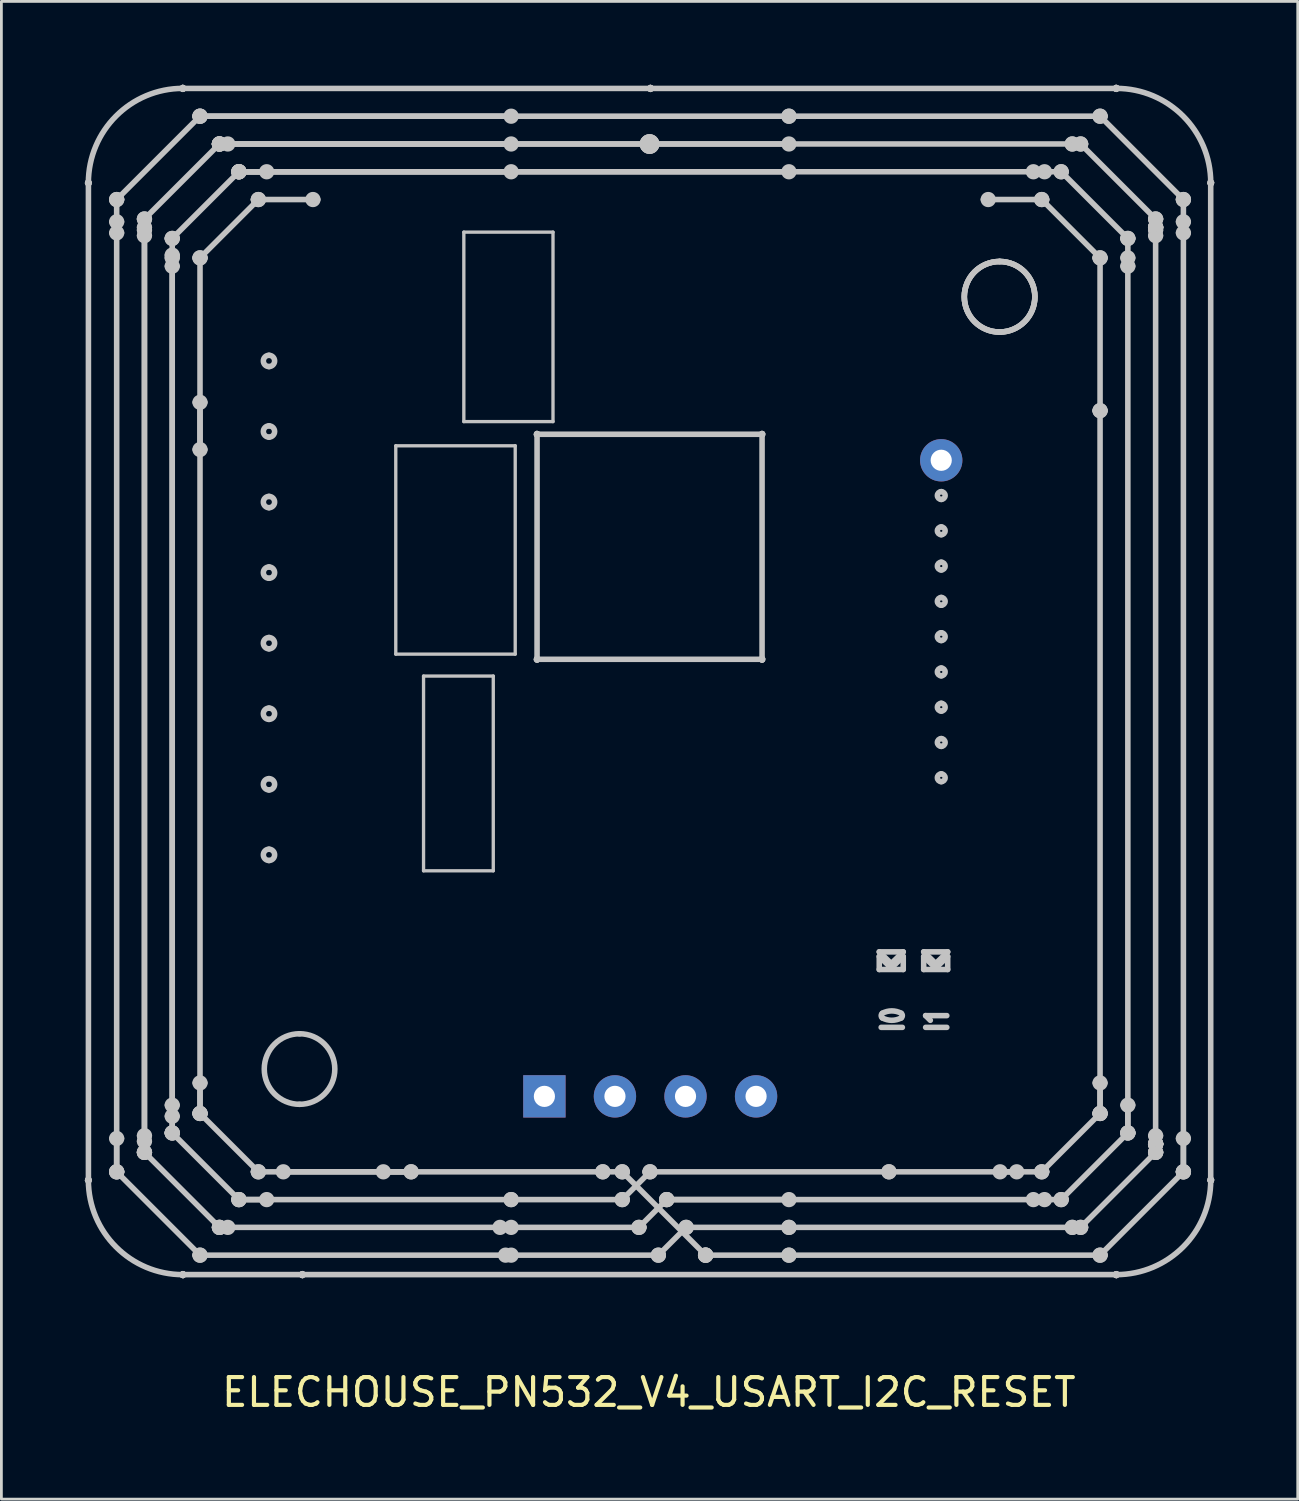
<source format=kicad_pcb>
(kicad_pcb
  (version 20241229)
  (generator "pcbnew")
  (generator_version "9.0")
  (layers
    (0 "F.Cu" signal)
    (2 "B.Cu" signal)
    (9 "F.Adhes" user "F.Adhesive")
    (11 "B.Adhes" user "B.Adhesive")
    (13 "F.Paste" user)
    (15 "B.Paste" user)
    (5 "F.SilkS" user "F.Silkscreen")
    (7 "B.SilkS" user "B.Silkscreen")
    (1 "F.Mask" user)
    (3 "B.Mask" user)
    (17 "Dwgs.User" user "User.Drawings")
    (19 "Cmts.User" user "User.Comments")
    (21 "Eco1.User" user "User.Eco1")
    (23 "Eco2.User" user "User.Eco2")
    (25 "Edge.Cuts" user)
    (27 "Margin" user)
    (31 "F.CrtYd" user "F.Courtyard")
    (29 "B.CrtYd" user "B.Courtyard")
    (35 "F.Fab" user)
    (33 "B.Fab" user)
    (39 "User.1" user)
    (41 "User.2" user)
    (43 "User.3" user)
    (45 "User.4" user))
  (footprint "ELECHOUSE_PN532_V4_USART_I2C_RESET"
    (layer "F.Cu")
    (at 20.337 16.597)
    (property "Reference" "ELECHOUSE_PN532_V4_USART_I2C_RESET" (at -0.03 30.47 0) (layer "F.SilkS") (effects (font (size 1 1) (thickness 0.15))))
    (attr through_hole)
    (fp_line (start -20.204 22.836) (end -20.204 -13.064) (stroke (width 0.2) (type solid)) (layer "Dwgs.User"))
    (fp_line (start -19.187 -12.464) (end -16.187 -15.464) (stroke (width 0.2) (type solid)) (layer "Dwgs.User"))
    (fp_line (start -19.187 -11.264) (end -19.187 -12.464) (stroke (width 0.2) (type solid)) (layer "Dwgs.User"))
    (fp_line (start -19.187 22.536) (end -19.187 -11.664) (stroke (width 0.2) (type solid)) (layer "Dwgs.User"))
    (fp_line (start -19.187 22.536) (end -19.187 21.336) (stroke (width 0.2) (type solid)) (layer "Dwgs.User"))
    (fp_line (start -18.187 -11.764) (end -15.487 -14.464) (stroke (width 0.2) (type solid)) (layer "Dwgs.User"))
    (fp_line (start -18.187 -11.164) (end -18.187 -11.764) (stroke (width 0.2) (type solid)) (layer "Dwgs.User"))
    (fp_line (start -18.187 21.436) (end -18.187 -11.464) (stroke (width 0.2) (type solid)) (layer "Dwgs.User"))
    (fp_line (start -18.187 21.836) (end -18.187 -11.364) (stroke (width 0.2) (type solid)) (layer "Dwgs.User"))
    (fp_line (start -18.187 21.836) (end -18.187 21.236) (stroke (width 0.2) (type solid)) (layer "Dwgs.User"))
    (fp_line (start -17.187 -11.064) (end -14.787 -13.464) (stroke (width 0.2) (type solid)) (layer "Dwgs.User"))
    (fp_line (start -17.187 -10.064) (end -17.187 -11.064) (stroke (width 0.2) (type solid)) (layer "Dwgs.User"))
    (fp_line (start -17.187 20.536) (end -17.187 -10.364) (stroke (width 0.2) (type solid)) (layer "Dwgs.User"))
    (fp_line (start -17.187 21.136) (end -17.187 -10.464) (stroke (width 0.2) (type solid)) (layer "Dwgs.User"))
    (fp_line (start -17.187 21.136) (end -17.187 20.136) (stroke (width 0.2) (type solid)) (layer "Dwgs.User"))
    (fp_line (start -16.187 -10.364) (end -14.087 -12.464) (stroke (width 0.2) (type solid)) (layer "Dwgs.User"))
    (fp_line (start -16.187 -3.464) (end -16.187 -10.364) (stroke (width 0.2) (type solid)) (layer "Dwgs.User"))
    (fp_line (start -16.187 20.436) (end -16.187 -5.164) (stroke (width 0.2) (type solid)) (layer "Dwgs.User"))
    (fp_line (start -16.187 20.436) (end -16.187 19.336) (stroke (width 0.2) (type solid)) (layer "Dwgs.User"))
    (fp_line (start -16.187 25.536) (end -19.187 22.536) (stroke (width 0.2) (type solid)) (layer "Dwgs.User"))
    (fp_line (start -15.487 24.536) (end -18.187 21.836) (stroke (width 0.2) (type solid)) (layer "Dwgs.User"))
    (fp_line (start -15.187 -14.464) (end -15.487 -14.464) (stroke (width 0.2) (type solid)) (layer "Dwgs.User"))
    (fp_line (start -15.187 24.536) (end -15.487 24.536) (stroke (width 0.2) (type solid)) (layer "Dwgs.User"))
    (fp_line (start -14.787 23.536) (end -17.187 21.136) (stroke (width 0.2) (type solid)) (layer "Dwgs.User"))
    (fp_line (start -14.087 22.536) (end -16.187 20.436) (stroke (width 0.2) (type solid)) (layer "Dwgs.User"))
    (fp_line (start -13.787 -13.464) (end -14.787 -13.464) (stroke (width 0.2) (type solid)) (layer "Dwgs.User"))
    (fp_line (start -13.787 23.536) (end -14.787 23.536) (stroke (width 0.2) (type solid)) (layer "Dwgs.User"))
    (fp_line (start -12.504 26.236) (end -16.804 26.236) (stroke (width 0.2) (type solid)) (layer "Dwgs.User"))
    (fp_line (start -12.121 -12.464) (end -14.087 -12.464) (stroke (width 0.2) (type solid)) (layer "Dwgs.User"))
    (fp_line (start -9.14 -3.6) (end -4.84 -3.6) (stroke (width 0.12) (type solid)) (layer "Dwgs.User"))
    (fp_line (start -9.14 3.9) (end -9.14 -3.6) (stroke (width 0.12) (type solid)) (layer "Dwgs.User"))
    (fp_line (start -8.587 22.536) (end -14.087 22.536) (stroke (width 0.2) (type solid)) (layer "Dwgs.User"))
    (fp_line (start -8.587 22.536) (end -13.187 22.536) (stroke (width 0.2) (type solid)) (layer "Dwgs.User"))
    (fp_line (start -8.14 4.69) (end -5.63 4.69) (stroke (width 0.12) (type solid)) (layer "Dwgs.User"))
    (fp_line (start -8.14 11.7) (end -8.14 4.69) (stroke (width 0.12) (type solid)) (layer "Dwgs.User"))
    (fp_line (start -6.69 -11.29) (end -3.48 -11.29) (stroke (width 0.12) (type solid)) (layer "Dwgs.User"))
    (fp_line (start -6.69 -4.47) (end -6.69 -11.29) (stroke (width 0.12) (type solid)) (layer "Dwgs.User"))
    (fp_line (start -5.63 4.69) (end -5.63 11.7) (stroke (width 0.12) (type solid)) (layer "Dwgs.User"))
    (fp_line (start -5.63 11.7) (end -8.14 11.7) (stroke (width 0.12) (type solid)) (layer "Dwgs.User"))
    (fp_line (start -4.987 -15.464) (end -16.187 -15.464) (stroke (width 0.2) (type solid)) (layer "Dwgs.User"))
    (fp_line (start -4.987 -14.464) (end -15.487 -14.464) (stroke (width 0.2) (type solid)) (layer "Dwgs.User"))
    (fp_line (start -4.987 -13.464) (end -14.787 -13.464) (stroke (width 0.2) (type solid)) (layer "Dwgs.User"))
    (fp_line (start -4.987 23.536) (end -14.787 23.536) (stroke (width 0.2) (type solid)) (layer "Dwgs.User"))
    (fp_line (start -4.987 24.536) (end -15.487 24.536) (stroke (width 0.2) (type solid)) (layer "Dwgs.User"))
    (fp_line (start -4.987 25.536) (end -16.187 25.536) (stroke (width 0.2) (type solid)) (layer "Dwgs.User"))
    (fp_line (start -4.84 -3.6) (end -4.84 3.9) (stroke (width 0.12) (type solid)) (layer "Dwgs.User"))
    (fp_line (start -4.84 3.9) (end -9.14 3.9) (stroke (width 0.12) (type solid)) (layer "Dwgs.User"))
    (fp_line (start -4.054 4.086) (end -4.054 -4.014) (stroke (width 0.2) (type solid)) (layer "Dwgs.User"))
    (fp_line (start -3.48 -11.29) (end -3.48 -4.47) (stroke (width 0.12) (type solid)) (layer "Dwgs.User"))
    (fp_line (start -3.48 -4.47) (end -6.69 -4.47) (stroke (width 0.12) (type solid)) (layer "Dwgs.User"))
    (fp_line (start -1.687 22.536) (end -9.587 22.536) (stroke (width 0.2) (type solid)) (layer "Dwgs.User"))
    (fp_line (start -0.987 22.536) (end -1.687 22.536) (stroke (width 0.2) (type solid)) (layer "Dwgs.User"))
    (fp_line (start -0.987 23.536) (end -4.987 23.536) (stroke (width 0.2) (type solid)) (layer "Dwgs.User"))
    (fp_line (start -0.987 23.536) (end 0.013 22.536) (stroke (width 0.2) (type solid)) (layer "Dwgs.User"))
    (fp_line (start -0.387 24.536) (end -5.387 24.536) (stroke (width 0.2) (type solid)) (layer "Dwgs.User"))
    (fp_line (start -0.387 24.536) (end 0.613 23.536) (stroke (width 0.2) (type solid)) (layer "Dwgs.User"))
    (fp_line (start -0.004 -14.464) (end -15.487 -14.464) (stroke (width 0.2) (type solid)) (layer "Dwgs.User"))
    (fp_line (start -0.004 -14.464) (end -15.487 -14.464) (stroke (width 0.2) (type solid)) (layer "Dwgs.User"))
    (fp_line (start 0.03 -16.464) (end -16.804 -16.464) (stroke (width 0.2) (type solid)) (layer "Dwgs.User"))
    (fp_line (start 0.313 25.536) (end -5.187 25.536) (stroke (width 0.2) (type solid)) (layer "Dwgs.User"))
    (fp_line (start 0.313 25.536) (end 1.313 24.536) (stroke (width 0.2) (type solid)) (layer "Dwgs.User"))
    (fp_line (start 2.013 25.536) (end -0.987 22.536) (stroke (width 0.2) (type solid)) (layer "Dwgs.User"))
    (fp_line (start 2.013 25.536) (end 2.013 25.536) (stroke (width 0.2) (type solid)) (layer "Dwgs.User"))
    (fp_line (start 4.046 -4.014) (end -4.054 -4.014) (stroke (width 0.2) (type solid)) (layer "Dwgs.User"))
    (fp_line (start 4.046 4.086) (end -4.054 4.086) (stroke (width 0.2) (type solid)) (layer "Dwgs.User"))
    (fp_line (start 4.046 4.086) (end 4.046 -4.014) (stroke (width 0.2) (type solid)) (layer "Dwgs.User"))
    (fp_line (start 5.013 -15.464) (end -16.187 -15.464) (stroke (width 0.2) (type solid)) (layer "Dwgs.User"))
    (fp_line (start 5.013 -14.464) (end -0.004 -14.464) (stroke (width 0.2) (type solid)) (layer "Dwgs.User"))
    (fp_line (start 5.013 -13.464) (end -14.787 -13.464) (stroke (width 0.2) (type solid)) (layer "Dwgs.User"))
    (fp_line (start 5.013 23.536) (end 0.613 23.536) (stroke (width 0.2) (type solid)) (layer "Dwgs.User"))
    (fp_line (start 5.013 24.536) (end 1.313 24.536) (stroke (width 0.2) (type solid)) (layer "Dwgs.User"))
    (fp_line (start 5.013 25.536) (end 2.013 25.536) (stroke (width 0.2) (type solid)) (layer "Dwgs.User"))
    (fp_line (start 8.264 14.618) (end 9.128 14.618) (stroke (width 0.2) (type solid)) (layer "Dwgs.User"))
    (fp_line (start 8.264 14.784) (end 8.696 15.203) (stroke (width 0.2) (type solid)) (layer "Dwgs.User"))
    (fp_line (start 8.264 15.253) (end 8.264 14.784) (stroke (width 0.2) (type solid)) (layer "Dwgs.User"))
    (fp_line (start 8.613 22.536) (end 0.013 22.536) (stroke (width 0.2) (type solid)) (layer "Dwgs.User"))
    (fp_line (start 8.696 15.038) (end 8.264 14.618) (stroke (width 0.2) (type solid)) (layer "Dwgs.User"))
    (fp_line (start 8.696 15.203) (end 9.128 14.784) (stroke (width 0.2) (type solid)) (layer "Dwgs.User"))
    (fp_line (start 9.096 17.336) (end 8.334 17.336) (stroke (width 0.2) (type solid)) (layer "Dwgs.User"))
    (fp_line (start 9.128 14.618) (end 8.696 15.038) (stroke (width 0.2) (type solid)) (layer "Dwgs.User"))
    (fp_line (start 9.128 14.784) (end 9.128 15.253) (stroke (width 0.2) (type solid)) (layer "Dwgs.User"))
    (fp_line (start 9.128 15.253) (end 8.264 15.253) (stroke (width 0.2) (type solid)) (layer "Dwgs.User"))
    (fp_line (start 9.864 14.618) (end 10.728 14.618) (stroke (width 0.2) (type solid)) (layer "Dwgs.User"))
    (fp_line (start 9.864 14.784) (end 10.296 15.203) (stroke (width 0.2) (type solid)) (layer "Dwgs.User"))
    (fp_line (start 9.864 15.253) (end 9.864 14.784) (stroke (width 0.2) (type solid)) (layer "Dwgs.User"))
    (fp_line (start 9.934 16.913) (end 10.696 16.913) (stroke (width 0.2) (type solid)) (layer "Dwgs.User"))
    (fp_line (start 10.103 17.082) (end 9.934 16.913) (stroke (width 0.2) (type solid)) (layer "Dwgs.User"))
    (fp_line (start 10.296 15.038) (end 9.864 14.618) (stroke (width 0.2) (type solid)) (layer "Dwgs.User"))
    (fp_line (start 10.296 15.203) (end 10.728 14.784) (stroke (width 0.2) (type solid)) (layer "Dwgs.User"))
    (fp_line (start 10.696 17.336) (end 9.934 17.336) (stroke (width 0.2) (type solid)) (layer "Dwgs.User"))
    (fp_line (start 10.728 14.618) (end 10.296 15.038) (stroke (width 0.2) (type solid)) (layer "Dwgs.User"))
    (fp_line (start 10.728 14.784) (end 10.728 15.253) (stroke (width 0.2) (type solid)) (layer "Dwgs.User"))
    (fp_line (start 10.728 15.253) (end 9.864 15.253) (stroke (width 0.2) (type solid)) (layer "Dwgs.User"))
    (fp_line (start 13.213 22.536) (end 8.613 22.536) (stroke (width 0.2) (type solid)) (layer "Dwgs.User"))
    (fp_line (start 14.113 -12.464) (end 12.187 -12.464) (stroke (width 0.2) (type solid)) (layer "Dwgs.User"))
    (fp_line (start 14.113 22.536) (end 12.613 22.536) (stroke (width 0.2) (type solid)) (layer "Dwgs.User"))
    (fp_line (start 14.113 22.536) (end 16.213 20.436) (stroke (width 0.2) (type solid)) (layer "Dwgs.User"))
    (fp_line (start 14.213 -13.464) (end -14.787 -13.464) (stroke (width 0.2) (type solid)) (layer "Dwgs.User"))
    (fp_line (start 14.213 23.536) (end 0.613 23.536) (stroke (width 0.2) (type solid)) (layer "Dwgs.User"))
    (fp_line (start 14.813 -13.464) (end 13.813 -13.464) (stroke (width 0.2) (type solid)) (layer "Dwgs.User"))
    (fp_line (start 14.813 23.536) (end 13.813 23.536) (stroke (width 0.2) (type solid)) (layer "Dwgs.User"))
    (fp_line (start 14.813 23.536) (end 17.213 21.136) (stroke (width 0.2) (type solid)) (layer "Dwgs.User"))
    (fp_line (start 15.213 -14.464) (end -0.004 -14.464) (stroke (width 0.2) (type solid)) (layer "Dwgs.User"))
    (fp_line (start 15.213 24.536) (end 5.013 24.536) (stroke (width 0.2) (type solid)) (layer "Dwgs.User"))
    (fp_line (start 15.513 -14.464) (end 15.213 -14.464) (stroke (width 0.2) (type solid)) (layer "Dwgs.User"))
    (fp_line (start 15.513 24.536) (end 15.213 24.536) (stroke (width 0.2) (type solid)) (layer "Dwgs.User"))
    (fp_line (start 15.513 24.536) (end 18.213 21.836) (stroke (width 0.2) (type solid)) (layer "Dwgs.User"))
    (fp_line (start 16.213 -15.464) (end 5.013 -15.464) (stroke (width 0.2) (type solid)) (layer "Dwgs.User"))
    (fp_line (start 16.213 -10.364) (end 14.113 -12.464) (stroke (width 0.2) (type solid)) (layer "Dwgs.User"))
    (fp_line (start 16.213 -4.864) (end 16.213 -10.364) (stroke (width 0.2) (type solid)) (layer "Dwgs.User"))
    (fp_line (start 16.213 20.436) (end 16.213 -4.864) (stroke (width 0.2) (type solid)) (layer "Dwgs.User"))
    (fp_line (start 16.213 20.436) (end 16.213 19.336) (stroke (width 0.2) (type solid)) (layer "Dwgs.User"))
    (fp_line (start 16.213 25.536) (end 5.013 25.536) (stroke (width 0.2) (type solid)) (layer "Dwgs.User"))
    (fp_line (start 16.213 25.536) (end 19.213 22.536) (stroke (width 0.2) (type solid)) (layer "Dwgs.User"))
    (fp_line (start 16.796 -16.464) (end 0.03 -16.464) (stroke (width 0.2) (type solid)) (layer "Dwgs.User"))
    (fp_line (start 16.796 26.236) (end -12.504 26.236) (stroke (width 0.2) (type solid)) (layer "Dwgs.User"))
    (fp_line (start 17.213 -11.064) (end 14.813 -13.464) (stroke (width 0.2) (type solid)) (layer "Dwgs.User"))
    (fp_line (start 17.213 -10.064) (end 17.213 -11.064) (stroke (width 0.2) (type solid)) (layer "Dwgs.User"))
    (fp_line (start 17.213 21.136) (end 17.213 -10.364) (stroke (width 0.2) (type solid)) (layer "Dwgs.User"))
    (fp_line (start 17.213 21.136) (end 17.213 20.136) (stroke (width 0.2) (type solid)) (layer "Dwgs.User"))
    (fp_line (start 18.213 -11.764) (end 15.513 -14.464) (stroke (width 0.2) (type solid)) (layer "Dwgs.User"))
    (fp_line (start 18.213 -11.464) (end 18.213 -11.464) (stroke (width 0.2) (type solid)) (layer "Dwgs.User"))
    (fp_line (start 18.213 -11.464) (end 18.213 -11.764) (stroke (width 0.2) (type solid)) (layer "Dwgs.User"))
    (fp_line (start 18.213 -11.164) (end 18.213 -11.464) (stroke (width 0.2) (type solid)) (layer "Dwgs.User"))
    (fp_line (start 18.213 21.536) (end 18.213 21.536) (stroke (width 0.2) (type solid)) (layer "Dwgs.User"))
    (fp_line (start 18.213 21.536) (end 18.213 -11.364) (stroke (width 0.2) (type solid)) (layer "Dwgs.User"))
    (fp_line (start 18.213 21.536) (end 18.213 21.236) (stroke (width 0.2) (type solid)) (layer "Dwgs.User"))
    (fp_line (start 18.213 21.836) (end 18.213 21.536) (stroke (width 0.2) (type solid)) (layer "Dwgs.User"))
    (fp_line (start 18.213 21.836) (end 18.213 21.536) (stroke (width 0.2) (type solid)) (layer "Dwgs.User"))
    (fp_line (start 19.213 -12.464) (end 16.213 -15.464) (stroke (width 0.2) (type solid)) (layer "Dwgs.User"))
    (fp_line (start 19.213 -11.264) (end 19.213 -12.464) (stroke (width 0.2) (type solid)) (layer "Dwgs.User"))
    (fp_line (start 19.213 22.536) (end 19.213 -11.664) (stroke (width 0.2) (type solid)) (layer "Dwgs.User"))
    (fp_line (start 19.213 22.536) (end 19.213 21.336) (stroke (width 0.2) (type solid)) (layer "Dwgs.User"))
    (fp_line (start 20.196 22.836) (end 20.196 -13.064) (stroke (width 0.2) (type solid)) (layer "Dwgs.User"))
    (fp_arc (start -20.205466 -13.095741) (mid -20.173716 -13.063991) (end -20.205466 -13.032241) (stroke (width 0.2) (type solid)) (layer "Dwgs.User"))
    (fp_arc (start -20.205466 -13.063991) (mid -19.209198 -15.469195) (end -16.803994 -16.465463) (stroke (width 0.2) (type solid)) (layer "Dwgs.User"))
    (fp_arc (start -20.205466 -13.032241) (mid -20.237216 -13.063991) (end -20.205466 -13.095741) (stroke (width 0.2) (type solid)) (layer "Dwgs.User"))
    (fp_arc (start -20.205466 22.804258) (mid -20.173716 22.836008) (end -20.205466 22.867758) (stroke (width 0.2) (type solid)) (layer "Dwgs.User"))
    (fp_arc (start -20.205466 22.867758) (mid -20.237216 22.836008) (end -20.205466 22.804258) (stroke (width 0.2) (type solid)) (layer "Dwgs.User"))
    (fp_arc (start -20.203995 -13.095741) (mid -20.172245 -13.063991) (end -20.203995 -13.032241) (stroke (width 0.2) (type solid)) (layer "Dwgs.User"))
    (fp_arc (start -20.203995 -13.032241) (mid -20.235745 -13.063991) (end -20.203995 -13.095741) (stroke (width 0.2) (type solid)) (layer "Dwgs.User"))
    (fp_arc (start -20.203995 22.804258) (mid -20.172245 22.836008) (end -20.203995 22.867758) (stroke (width 0.2) (type solid)) (layer "Dwgs.User"))
    (fp_arc (start -20.203995 22.867758) (mid -20.235745 22.836008) (end -20.203995 22.804258) (stroke (width 0.2) (type solid)) (layer "Dwgs.User"))
    (fp_arc (start -19.361992 -12.463995) (mid -19.186994 -12.638993) (end -19.011996 -12.463995) (stroke (width 0.2) (type solid)) (layer "Dwgs.User"))
    (fp_arc (start -19.361992 -12.463995) (mid -19.186994 -12.638993) (end -19.011996 -12.463995) (stroke (width 0.2) (type solid)) (layer "Dwgs.User"))
    (fp_arc (start -19.361992 -11.663971) (mid -19.186994 -11.838969) (end -19.011996 -11.663971) (stroke (width 0.2) (type solid)) (layer "Dwgs.User"))
    (fp_arc (start -19.361992 -11.263972) (mid -19.186994 -11.43897) (end -19.011996 -11.263972) (stroke (width 0.2) (type solid)) (layer "Dwgs.User"))
    (fp_arc (start -19.361992 21.336014) (mid -19.186994 21.161016) (end -19.011996 21.336014) (stroke (width 0.2) (type solid)) (layer "Dwgs.User"))
    (fp_arc (start -19.361992 22.536011) (mid -19.186994 22.361013) (end -19.011996 22.536011) (stroke (width 0.2) (type solid)) (layer "Dwgs.User"))
    (fp_arc (start -19.361992 22.536011) (mid -19.186994 22.361013) (end -19.011996 22.536011) (stroke (width 0.2) (type solid)) (layer "Dwgs.User"))
    (fp_arc (start -19.361992 22.536011) (mid -19.186994 22.361013) (end -19.011996 22.536011) (stroke (width 0.2) (type solid)) (layer "Dwgs.User"))
    (fp_arc (start -19.011995 -12.463995) (mid -19.186994 -12.288996) (end -19.361993 -12.463995) (stroke (width 0.2) (type solid)) (layer "Dwgs.User"))
    (fp_arc (start -19.011995 -12.463995) (mid -19.186994 -12.288996) (end -19.361993 -12.463995) (stroke (width 0.2) (type solid)) (layer "Dwgs.User"))
    (fp_arc (start -19.011995 -11.663971) (mid -19.186994 -11.488972) (end -19.361993 -11.663971) (stroke (width 0.2) (type solid)) (layer "Dwgs.User"))
    (fp_arc (start -19.011995 -11.263972) (mid -19.186994 -11.088973) (end -19.361993 -11.263972) (stroke (width 0.2) (type solid)) (layer "Dwgs.User"))
    (fp_arc (start -19.011995 21.336014) (mid -19.186994 21.511013) (end -19.361993 21.336014) (stroke (width 0.2) (type solid)) (layer "Dwgs.User"))
    (fp_arc (start -19.011995 22.536011) (mid -19.186994 22.71101) (end -19.361993 22.536011) (stroke (width 0.2) (type solid)) (layer "Dwgs.User"))
    (fp_arc (start -19.011995 22.536011) (mid -19.186994 22.71101) (end -19.361993 22.536011) (stroke (width 0.2) (type solid)) (layer "Dwgs.User"))
    (fp_arc (start -19.011995 22.536011) (mid -19.186994 22.71101) (end -19.361993 22.536011) (stroke (width 0.2) (type solid)) (layer "Dwgs.User"))
    (fp_arc (start -18.361994 -11.763971) (mid -18.186996 -11.938969) (end -18.011998 -11.763971) (stroke (width 0.2) (type solid)) (layer "Dwgs.User"))
    (fp_arc (start -18.361994 -11.763971) (mid -18.186996 -11.938969) (end -18.011998 -11.763971) (stroke (width 0.2) (type solid)) (layer "Dwgs.User"))
    (fp_arc (start -18.361994 -11.463972) (mid -18.186996 -11.63897) (end -18.011998 -11.463972) (stroke (width 0.2) (type solid)) (layer "Dwgs.User"))
    (fp_arc (start -18.361994 -11.363972) (mid -18.186996 -11.53897) (end -18.011998 -11.363972) (stroke (width 0.2) (type solid)) (layer "Dwgs.User"))
    (fp_arc (start -18.361994 -11.163972) (mid -18.186996 -11.33897) (end -18.011998 -11.163972) (stroke (width 0.2) (type solid)) (layer "Dwgs.User"))
    (fp_arc (start -18.361994 21.236014) (mid -18.186996 21.061016) (end -18.011998 21.236014) (stroke (width 0.2) (type solid)) (layer "Dwgs.User"))
    (fp_arc (start -18.361994 21.436013) (mid -18.186996 21.261015) (end -18.011998 21.436013) (stroke (width 0.2) (type solid)) (layer "Dwgs.User"))
    (fp_arc (start -18.361994 21.836013) (mid -18.186996 21.661015) (end -18.011998 21.836013) (stroke (width 0.2) (type solid)) (layer "Dwgs.User"))
    (fp_arc (start -18.361994 21.836013) (mid -18.186996 21.661015) (end -18.011998 21.836013) (stroke (width 0.2) (type solid)) (layer "Dwgs.User"))
    (fp_arc (start -18.361994 21.836013) (mid -18.186996 21.661015) (end -18.011998 21.836013) (stroke (width 0.2) (type solid)) (layer "Dwgs.User"))
    (fp_arc (start -18.011997 -11.763971) (mid -18.186996 -11.588972) (end -18.361995 -11.763971) (stroke (width 0.2) (type solid)) (layer "Dwgs.User"))
    (fp_arc (start -18.011997 -11.763971) (mid -18.186996 -11.588972) (end -18.361995 -11.763971) (stroke (width 0.2) (type solid)) (layer "Dwgs.User"))
    (fp_arc (start -18.011997 -11.463972) (mid -18.186996 -11.288973) (end -18.361995 -11.463972) (stroke (width 0.2) (type solid)) (layer "Dwgs.User"))
    (fp_arc (start -18.011997 -11.363972) (mid -18.186996 -11.188973) (end -18.361995 -11.363972) (stroke (width 0.2) (type solid)) (layer "Dwgs.User"))
    (fp_arc (start -18.011997 -11.163972) (mid -18.186996 -10.988973) (end -18.361995 -11.163972) (stroke (width 0.2) (type solid)) (layer "Dwgs.User"))
    (fp_arc (start -18.011997 21.236014) (mid -18.186996 21.411013) (end -18.361995 21.236014) (stroke (width 0.2) (type solid)) (layer "Dwgs.User"))
    (fp_arc (start -18.011997 21.436013) (mid -18.186996 21.611012) (end -18.361995 21.436013) (stroke (width 0.2) (type solid)) (layer "Dwgs.User"))
    (fp_arc (start -18.011997 21.836013) (mid -18.186996 22.011012) (end -18.361995 21.836013) (stroke (width 0.2) (type solid)) (layer "Dwgs.User"))
    (fp_arc (start -18.011997 21.836013) (mid -18.186996 22.011012) (end -18.361995 21.836013) (stroke (width 0.2) (type solid)) (layer "Dwgs.User"))
    (fp_arc (start -18.011997 21.836013) (mid -18.186996 22.011012) (end -18.361995 21.836013) (stroke (width 0.2) (type solid)) (layer "Dwgs.User"))
    (fp_arc (start -17.361996 -11.063972) (mid -17.186998 -11.23897) (end -17.012 -11.063972) (stroke (width 0.2) (type solid)) (layer "Dwgs.User"))
    (fp_arc (start -17.361996 -11.063972) (mid -17.186998 -11.23897) (end -17.012 -11.063972) (stroke (width 0.2) (type solid)) (layer "Dwgs.User"))
    (fp_arc (start -17.361996 -10.463974) (mid -17.186998 -10.638972) (end -17.012 -10.463974) (stroke (width 0.2) (type solid)) (layer "Dwgs.User"))
    (fp_arc (start -17.361996 -10.363974) (mid -17.186998 -10.538972) (end -17.012 -10.363974) (stroke (width 0.2) (type solid)) (layer "Dwgs.User"))
    (fp_arc (start -17.361996 -10.063974) (mid -17.186998 -10.238972) (end -17.012 -10.063974) (stroke (width 0.2) (type solid)) (layer "Dwgs.User"))
    (fp_arc (start -17.361996 20.136016) (mid -17.186998 19.961018) (end -17.012 20.136016) (stroke (width 0.2) (type solid)) (layer "Dwgs.User"))
    (fp_arc (start -17.361996 20.536015) (mid -17.186998 20.361017) (end -17.012 20.536015) (stroke (width 0.2) (type solid)) (layer "Dwgs.User"))
    (fp_arc (start -17.361996 21.136014) (mid -17.186998 20.961016) (end -17.012 21.136014) (stroke (width 0.2) (type solid)) (layer "Dwgs.User"))
    (fp_arc (start -17.361996 21.136014) (mid -17.186998 20.961016) (end -17.012 21.136014) (stroke (width 0.2) (type solid)) (layer "Dwgs.User"))
    (fp_arc (start -17.361996 21.136014) (mid -17.186998 20.961016) (end -17.012 21.136014) (stroke (width 0.2) (type solid)) (layer "Dwgs.User"))
    (fp_arc (start -17.011999 -11.063972) (mid -17.186998 -10.888973) (end -17.361997 -11.063972) (stroke (width 0.2) (type solid)) (layer "Dwgs.User"))
    (fp_arc (start -17.011999 -11.063972) (mid -17.186998 -10.888973) (end -17.361997 -11.063972) (stroke (width 0.2) (type solid)) (layer "Dwgs.User"))
    (fp_arc (start -17.011999 -10.463974) (mid -17.186998 -10.288975) (end -17.361997 -10.463974) (stroke (width 0.2) (type solid)) (layer "Dwgs.User"))
    (fp_arc (start -17.011999 -10.363974) (mid -17.186998 -10.188975) (end -17.361997 -10.363974) (stroke (width 0.2) (type solid)) (layer "Dwgs.User"))
    (fp_arc (start -17.011999 -10.063974) (mid -17.186998 -9.888975) (end -17.361997 -10.063974) (stroke (width 0.2) (type solid)) (layer "Dwgs.User"))
    (fp_arc (start -17.011999 20.136016) (mid -17.186998 20.311015) (end -17.361997 20.136016) (stroke (width 0.2) (type solid)) (layer "Dwgs.User"))
    (fp_arc (start -17.011999 20.536015) (mid -17.186998 20.711014) (end -17.361997 20.536015) (stroke (width 0.2) (type solid)) (layer "Dwgs.User"))
    (fp_arc (start -17.011999 21.136014) (mid -17.186998 21.311013) (end -17.361997 21.136014) (stroke (width 0.2) (type solid)) (layer "Dwgs.User"))
    (fp_arc (start -17.011999 21.136014) (mid -17.186998 21.311013) (end -17.361997 21.136014) (stroke (width 0.2) (type solid)) (layer "Dwgs.User"))
    (fp_arc (start -17.011999 21.136014) (mid -17.186998 21.311013) (end -17.361997 21.136014) (stroke (width 0.2) (type solid)) (layer "Dwgs.User"))
    (fp_arc (start -16.803994 -16.497213) (mid -16.772244 -16.465463) (end -16.803994 -16.433713) (stroke (width 0.2) (type solid)) (layer "Dwgs.User"))
    (fp_arc (start -16.803994 -16.495742) (mid -16.772244 -16.463992) (end -16.803994 -16.432242) (stroke (width 0.2) (type solid)) (layer "Dwgs.User"))
    (fp_arc (start -16.803994 -16.433713) (mid -16.835744 -16.465463) (end -16.803994 -16.497213) (stroke (width 0.2) (type solid)) (layer "Dwgs.User"))
    (fp_arc (start -16.803994 -16.432242) (mid -16.835744 -16.463992) (end -16.803994 -16.495742) (stroke (width 0.2) (type solid)) (layer "Dwgs.User"))
    (fp_arc (start -16.803994 26.204259) (mid -16.772244 26.236009) (end -16.803994 26.267759) (stroke (width 0.2) (type solid)) (layer "Dwgs.User"))
    (fp_arc (start -16.803994 26.205729) (mid -16.772244 26.237479) (end -16.803994 26.269229) (stroke (width 0.2) (type solid)) (layer "Dwgs.User"))
    (fp_arc (start -16.803994 26.23748) (mid -19.209198 25.241212) (end -20.205466 22.836008) (stroke (width 0.2) (type solid)) (layer "Dwgs.User"))
    (fp_arc (start -16.803994 26.267759) (mid -16.835744 26.236009) (end -16.803994 26.204259) (stroke (width 0.2) (type solid)) (layer "Dwgs.User"))
    (fp_arc (start -16.803994 26.269229) (mid -16.835744 26.237479) (end -16.803994 26.205729) (stroke (width 0.2) (type solid)) (layer "Dwgs.User"))
    (fp_arc (start -16.361998 -15.463989) (mid -16.187 -15.638987) (end -16.012002 -15.463989) (stroke (width 0.2) (type solid)) (layer "Dwgs.User"))
    (fp_arc (start -16.361998 -15.463989) (mid -16.187 -15.638987) (end -16.012002 -15.463989) (stroke (width 0.2) (type solid)) (layer "Dwgs.User"))
    (fp_arc (start -16.361998 -15.463989) (mid -16.187 -15.638987) (end -16.012002 -15.463989) (stroke (width 0.2) (type solid)) (layer "Dwgs.User"))
    (fp_arc (start -16.361998 -10.363974) (mid -16.187 -10.538972) (end -16.012002 -10.363974) (stroke (width 0.2) (type solid)) (layer "Dwgs.User"))
    (fp_arc (start -16.361998 -10.363974) (mid -16.187 -10.538972) (end -16.012002 -10.363974) (stroke (width 0.2) (type solid)) (layer "Dwgs.User"))
    (fp_arc (start -16.361998 -5.163984) (mid -16.187 -5.338982) (end -16.012002 -5.163984) (stroke (width 0.2) (type solid)) (layer "Dwgs.User"))
    (fp_arc (start -16.361998 -3.463988) (mid -16.187 -3.638986) (end -16.012002 -3.463988) (stroke (width 0.2) (type solid)) (layer "Dwgs.User"))
    (fp_arc (start -16.361998 19.336018) (mid -16.187 19.16102) (end -16.012002 19.336018) (stroke (width 0.2) (type solid)) (layer "Dwgs.User"))
    (fp_arc (start -16.361998 20.436015) (mid -16.187 20.261017) (end -16.012002 20.436015) (stroke (width 0.2) (type solid)) (layer "Dwgs.User"))
    (fp_arc (start -16.361998 20.436015) (mid -16.187 20.261017) (end -16.012002 20.436015) (stroke (width 0.2) (type solid)) (layer "Dwgs.User"))
    (fp_arc (start -16.361998 20.436015) (mid -16.187 20.261017) (end -16.012002 20.436015) (stroke (width 0.2) (type solid)) (layer "Dwgs.User"))
    (fp_arc (start -16.361998 25.536031) (mid -16.187 25.361033) (end -16.012002 25.536031) (stroke (width 0.2) (type solid)) (layer "Dwgs.User"))
    (fp_arc (start -16.361998 25.536031) (mid -16.187 25.361033) (end -16.012002 25.536031) (stroke (width 0.2) (type solid)) (layer "Dwgs.User"))
    (fp_arc (start -16.012001 -15.463989) (mid -16.187 -15.28899) (end -16.361999 -15.463989) (stroke (width 0.2) (type solid)) (layer "Dwgs.User"))
    (fp_arc (start -16.012001 -15.463989) (mid -16.187 -15.28899) (end -16.361999 -15.463989) (stroke (width 0.2) (type solid)) (layer "Dwgs.User"))
    (fp_arc (start -16.012001 -15.463989) (mid -16.187 -15.28899) (end -16.361999 -15.463989) (stroke (width 0.2) (type solid)) (layer "Dwgs.User"))
    (fp_arc (start -16.012001 -10.363974) (mid -16.187 -10.188975) (end -16.361999 -10.363974) (stroke (width 0.2) (type solid)) (layer "Dwgs.User"))
    (fp_arc (start -16.012001 -10.363974) (mid -16.187 -10.188975) (end -16.361999 -10.363974) (stroke (width 0.2) (type solid)) (layer "Dwgs.User"))
    (fp_arc (start -16.012001 -5.163984) (mid -16.187 -4.988985) (end -16.361999 -5.163984) (stroke (width 0.2) (type solid)) (layer "Dwgs.User"))
    (fp_arc (start -16.012001 -3.463988) (mid -16.187 -3.288989) (end -16.361999 -3.463988) (stroke (width 0.2) (type solid)) (layer "Dwgs.User"))
    (fp_arc (start -16.012001 19.336018) (mid -16.187 19.511017) (end -16.361999 19.336018) (stroke (width 0.2) (type solid)) (layer "Dwgs.User"))
    (fp_arc (start -16.012001 20.436015) (mid -16.187 20.611014) (end -16.361999 20.436015) (stroke (width 0.2) (type solid)) (layer "Dwgs.User"))
    (fp_arc (start -16.012001 20.436015) (mid -16.187 20.611014) (end -16.361999 20.436015) (stroke (width 0.2) (type solid)) (layer "Dwgs.User"))
    (fp_arc (start -16.012001 20.436015) (mid -16.187 20.611014) (end -16.361999 20.436015) (stroke (width 0.2) (type solid)) (layer "Dwgs.User"))
    (fp_arc (start -16.012001 25.536031) (mid -16.187 25.71103) (end -16.361999 25.536031) (stroke (width 0.2) (type solid)) (layer "Dwgs.User"))
    (fp_arc (start -16.012001 25.536031) (mid -16.187 25.71103) (end -16.361999 25.536031) (stroke (width 0.2) (type solid)) (layer "Dwgs.User"))
    (fp_arc (start -15.662001 -14.463991) (mid -15.487002 -14.63899) (end -15.312003 -14.463991) (stroke (width 0.2) (type solid)) (layer "Dwgs.User"))
    (fp_arc (start -15.662001 -14.463991) (mid -15.487002 -14.63899) (end -15.312003 -14.463991) (stroke (width 0.2) (type solid)) (layer "Dwgs.User"))
    (fp_arc (start -15.662001 -14.463991) (mid -15.487002 -14.63899) (end -15.312003 -14.463991) (stroke (width 0.2) (type solid)) (layer "Dwgs.User"))
    (fp_arc (start -15.662001 -14.463991) (mid -15.487002 -14.63899) (end -15.312003 -14.463991) (stroke (width 0.2) (type solid)) (layer "Dwgs.User"))
    (fp_arc (start -15.662001 -14.463991) (mid -15.487002 -14.63899) (end -15.312003 -14.463991) (stroke (width 0.2) (type solid)) (layer "Dwgs.User"))
    (fp_arc (start -15.662001 24.536007) (mid -15.487002 24.361008) (end -15.312003 24.536007) (stroke (width 0.2) (type solid)) (layer "Dwgs.User"))
    (fp_arc (start -15.662001 24.536007) (mid -15.487002 24.361008) (end -15.312003 24.536007) (stroke (width 0.2) (type solid)) (layer "Dwgs.User"))
    (fp_arc (start -15.662001 24.536007) (mid -15.487002 24.361008) (end -15.312003 24.536007) (stroke (width 0.2) (type solid)) (layer "Dwgs.User"))
    (fp_arc (start -15.362 -14.463991) (mid -15.187002 -14.638989) (end -15.012004 -14.463991) (stroke (width 0.2) (type solid)) (layer "Dwgs.User"))
    (fp_arc (start -15.362 24.536007) (mid -15.187002 24.361009) (end -15.012004 24.536007) (stroke (width 0.2) (type solid)) (layer "Dwgs.User"))
    (fp_arc (start -15.312004 -14.463991) (mid -15.487002 -14.288993) (end -15.662 -14.463991) (stroke (width 0.2) (type solid)) (layer "Dwgs.User"))
    (fp_arc (start -15.312004 -14.463991) (mid -15.487002 -14.288993) (end -15.662 -14.463991) (stroke (width 0.2) (type solid)) (layer "Dwgs.User"))
    (fp_arc (start -15.312004 -14.463991) (mid -15.487002 -14.288993) (end -15.662 -14.463991) (stroke (width 0.2) (type solid)) (layer "Dwgs.User"))
    (fp_arc (start -15.312004 -14.463991) (mid -15.487002 -14.288993) (end -15.662 -14.463991) (stroke (width 0.2) (type solid)) (layer "Dwgs.User"))
    (fp_arc (start -15.312004 -14.463991) (mid -15.487002 -14.288993) (end -15.662 -14.463991) (stroke (width 0.2) (type solid)) (layer "Dwgs.User"))
    (fp_arc (start -15.312004 24.536007) (mid -15.487002 24.711005) (end -15.662 24.536007) (stroke (width 0.2) (type solid)) (layer "Dwgs.User"))
    (fp_arc (start -15.312004 24.536007) (mid -15.487002 24.711005) (end -15.662 24.536007) (stroke (width 0.2) (type solid)) (layer "Dwgs.User"))
    (fp_arc (start -15.312004 24.536007) (mid -15.487002 24.711005) (end -15.662 24.536007) (stroke (width 0.2) (type solid)) (layer "Dwgs.User"))
    (fp_arc (start -15.012003 -14.463991) (mid -15.187002 -14.288992) (end -15.362001 -14.463991) (stroke (width 0.2) (type solid)) (layer "Dwgs.User"))
    (fp_arc (start -15.012003 24.536007) (mid -15.187002 24.711006) (end -15.362001 24.536007) (stroke (width 0.2) (type solid)) (layer "Dwgs.User"))
    (fp_arc (start -14.962001 -13.463993) (mid -14.787003 -13.638991) (end -14.612005 -13.463993) (stroke (width 0.2) (type solid)) (layer "Dwgs.User"))
    (fp_arc (start -14.962001 -13.463993) (mid -14.787003 -13.638991) (end -14.612005 -13.463993) (stroke (width 0.2) (type solid)) (layer "Dwgs.User"))
    (fp_arc (start -14.962001 -13.463993) (mid -14.787003 -13.638991) (end -14.612005 -13.463993) (stroke (width 0.2) (type solid)) (layer "Dwgs.User"))
    (fp_arc (start -14.962001 -13.463993) (mid -14.787003 -13.638991) (end -14.612005 -13.463993) (stroke (width 0.2) (type solid)) (layer "Dwgs.User"))
    (fp_arc (start -14.962001 -13.463993) (mid -14.787003 -13.638991) (end -14.612005 -13.463993) (stroke (width 0.2) (type solid)) (layer "Dwgs.User"))
    (fp_arc (start -14.962001 23.536009) (mid -14.787003 23.361011) (end -14.612005 23.536009) (stroke (width 0.2) (type solid)) (layer "Dwgs.User"))
    (fp_arc (start -14.962001 23.536009) (mid -14.787003 23.361011) (end -14.612005 23.536009) (stroke (width 0.2) (type solid)) (layer "Dwgs.User"))
    (fp_arc (start -14.962001 23.536009) (mid -14.787003 23.361011) (end -14.612005 23.536009) (stroke (width 0.2) (type solid)) (layer "Dwgs.User"))
    (fp_arc (start -14.612004 -13.463993) (mid -14.787003 -13.288994) (end -14.962002 -13.463993) (stroke (width 0.2) (type solid)) (layer "Dwgs.User"))
    (fp_arc (start -14.612004 -13.463993) (mid -14.787003 -13.288994) (end -14.962002 -13.463993) (stroke (width 0.2) (type solid)) (layer "Dwgs.User"))
    (fp_arc (start -14.612004 -13.463993) (mid -14.787003 -13.288994) (end -14.962002 -13.463993) (stroke (width 0.2) (type solid)) (layer "Dwgs.User"))
    (fp_arc (start -14.612004 -13.463993) (mid -14.787003 -13.288994) (end -14.962002 -13.463993) (stroke (width 0.2) (type solid)) (layer "Dwgs.User"))
    (fp_arc (start -14.612004 -13.463993) (mid -14.787003 -13.288994) (end -14.962002 -13.463993) (stroke (width 0.2) (type solid)) (layer "Dwgs.User"))
    (fp_arc (start -14.612004 23.536009) (mid -14.787003 23.711008) (end -14.962002 23.536009) (stroke (width 0.2) (type solid)) (layer "Dwgs.User"))
    (fp_arc (start -14.612004 23.536009) (mid -14.787003 23.711008) (end -14.962002 23.536009) (stroke (width 0.2) (type solid)) (layer "Dwgs.User"))
    (fp_arc (start -14.612004 23.536009) (mid -14.787003 23.711008) (end -14.962002 23.536009) (stroke (width 0.2) (type solid)) (layer "Dwgs.User"))
    (fp_arc (start -14.262004 -12.463995) (mid -14.087005 -12.638994) (end -13.912006 -12.463995) (stroke (width 0.2) (type solid)) (layer "Dwgs.User"))
    (fp_arc (start -14.262004 -12.463995) (mid -14.087005 -12.638994) (end -13.912006 -12.463995) (stroke (width 0.2) (type solid)) (layer "Dwgs.User"))
    (fp_arc (start -14.262004 22.536011) (mid -14.087005 22.361012) (end -13.912006 22.536011) (stroke (width 0.2) (type solid)) (layer "Dwgs.User"))
    (fp_arc (start -14.262004 22.536011) (mid -14.087005 22.361012) (end -13.912006 22.536011) (stroke (width 0.2) (type solid)) (layer "Dwgs.User"))
    (fp_arc (start -13.962003 -13.463993) (mid -13.787005 -13.638991) (end -13.612007 -13.463993) (stroke (width 0.2) (type solid)) (layer "Dwgs.User"))
    (fp_arc (start -13.962003 23.536009) (mid -13.787005 23.361011) (end -13.612007 23.536009) (stroke (width 0.2) (type solid)) (layer "Dwgs.User"))
    (fp_arc (start -13.912007 -12.463995) (mid -14.087005 -12.288997) (end -14.262003 -12.463995) (stroke (width 0.2) (type solid)) (layer "Dwgs.User"))
    (fp_arc (start -13.912007 -12.463995) (mid -14.087005 -12.288997) (end -14.262003 -12.463995) (stroke (width 0.2) (type solid)) (layer "Dwgs.User"))
    (fp_arc (start -13.912007 22.536011) (mid -14.087005 22.711009) (end -14.262003 22.536011) (stroke (width 0.2) (type solid)) (layer "Dwgs.User"))
    (fp_arc (start -13.912007 22.536011) (mid -14.087005 22.711009) (end -14.262003 22.536011) (stroke (width 0.2) (type solid)) (layer "Dwgs.User"))
    (fp_arc (start -13.703996 -6.857191) (mid -13.500796 -6.653991) (end -13.703996 -6.450791) (stroke (width 0.2) (type solid)) (layer "Dwgs.User"))
    (fp_arc (start -13.703996 -6.450791) (mid -13.907196 -6.653991) (end -13.703996 -6.857191) (stroke (width 0.2) (type solid)) (layer "Dwgs.User"))
    (fp_arc (start -13.703996 -4.317191) (mid -13.500796 -4.113991) (end -13.703996 -3.910791) (stroke (width 0.2) (type solid)) (layer "Dwgs.User"))
    (fp_arc (start -13.703996 -3.910791) (mid -13.907196 -4.113991) (end -13.703996 -4.317191) (stroke (width 0.2) (type solid)) (layer "Dwgs.User"))
    (fp_arc (start -13.703996 -1.777191) (mid -13.500796 -1.573991) (end -13.703996 -1.370791) (stroke (width 0.2) (type solid)) (layer "Dwgs.User"))
    (fp_arc (start -13.703996 -1.370791) (mid -13.907196 -1.573991) (end -13.703996 -1.777191) (stroke (width 0.2) (type solid)) (layer "Dwgs.User"))
    (fp_arc (start -13.703996 0.762809) (mid -13.500796 0.966009) (end -13.703996 1.169209) (stroke (width 0.2) (type solid)) (layer "Dwgs.User"))
    (fp_arc (start -13.703996 1.169209) (mid -13.907196 0.966009) (end -13.703996 0.762809) (stroke (width 0.2) (type solid)) (layer "Dwgs.User"))
    (fp_arc (start -13.703996 3.302809) (mid -13.500796 3.506009) (end -13.703996 3.709209) (stroke (width 0.2) (type solid)) (layer "Dwgs.User"))
    (fp_arc (start -13.703996 3.709209) (mid -13.907196 3.506009) (end -13.703996 3.302809) (stroke (width 0.2) (type solid)) (layer "Dwgs.User"))
    (fp_arc (start -13.703996 5.842809) (mid -13.500796 6.046009) (end -13.703996 6.249209) (stroke (width 0.2) (type solid)) (layer "Dwgs.User"))
    (fp_arc (start -13.703996 6.249209) (mid -13.907196 6.046009) (end -13.703996 5.842809) (stroke (width 0.2) (type solid)) (layer "Dwgs.User"))
    (fp_arc (start -13.703996 8.382809) (mid -13.500796 8.586009) (end -13.703996 8.789209) (stroke (width 0.2) (type solid)) (layer "Dwgs.User"))
    (fp_arc (start -13.703996 8.789209) (mid -13.907196 8.586009) (end -13.703996 8.382809) (stroke (width 0.2) (type solid)) (layer "Dwgs.User"))
    (fp_arc (start -13.703996 10.922809) (mid -13.500796 11.126009) (end -13.703996 11.329209) (stroke (width 0.2) (type solid)) (layer "Dwgs.User"))
    (fp_arc (start -13.703996 11.329209) (mid -13.907196 11.126009) (end -13.703996 10.922809) (stroke (width 0.2) (type solid)) (layer "Dwgs.User"))
    (fp_arc (start -13.612006 -13.463993) (mid -13.787005 -13.288994) (end -13.962004 -13.463993) (stroke (width 0.2) (type solid)) (layer "Dwgs.User"))
    (fp_arc (start -13.612006 23.536009) (mid -13.787005 23.711008) (end -13.962004 23.536009) (stroke (width 0.2) (type solid)) (layer "Dwgs.User"))
    (fp_arc (start -13.362004 22.536011) (mid -13.187006 22.361013) (end -13.012008 22.536011) (stroke (width 0.2) (type solid)) (layer "Dwgs.User"))
    (fp_arc (start -13.012007 22.536011) (mid -13.187006 22.71101) (end -13.362005 22.536011) (stroke (width 0.2) (type solid)) (layer "Dwgs.User"))
    (fp_arc (start -12.603995 17.566008) (mid -11.333995 18.836008) (end -12.603995 20.106008) (stroke (width 0.2) (type solid)) (layer "Dwgs.User"))
    (fp_arc (start -12.603995 20.106008) (mid -13.873995 18.836008) (end -12.603995 17.566008) (stroke (width 0.2) (type solid)) (layer "Dwgs.User"))
    (fp_arc (start -12.503995 26.204259) (mid -12.472245 26.236009) (end -12.503995 26.267759) (stroke (width 0.2) (type solid)) (layer "Dwgs.User"))
    (fp_arc (start -12.503995 26.204259) (mid -12.472245 26.236009) (end -12.503995 26.267759) (stroke (width 0.2) (type solid)) (layer "Dwgs.User"))
    (fp_arc (start -12.503995 26.267759) (mid -12.535745 26.236009) (end -12.503995 26.204259) (stroke (width 0.2) (type solid)) (layer "Dwgs.User"))
    (fp_arc (start -12.503995 26.267759) (mid -12.535745 26.236009) (end -12.503995 26.204259) (stroke (width 0.2) (type solid)) (layer "Dwgs.User"))
    (fp_arc (start -12.296474 -12.463995) (mid -12.121476 -12.638993) (end -11.946478 -12.463995) (stroke (width 0.2) (type solid)) (layer "Dwgs.User"))
    (fp_arc (start -11.946477 -12.463995) (mid -12.121476 -12.288996) (end -12.296475 -12.463995) (stroke (width 0.2) (type solid)) (layer "Dwgs.User"))
    (fp_arc (start -9.762013 22.536011) (mid -9.587014 22.361012) (end -9.412015 22.536011) (stroke (width 0.2) (type solid)) (layer "Dwgs.User"))
    (fp_arc (start -9.412016 22.536011) (mid -9.587014 22.711009) (end -9.762012 22.536011) (stroke (width 0.2) (type solid)) (layer "Dwgs.User"))
    (fp_arc (start -8.762015 22.536011) (mid -8.587016 22.361012) (end -8.412017 22.536011) (stroke (width 0.2) (type solid)) (layer "Dwgs.User"))
    (fp_arc (start -8.762015 22.536011) (mid -8.587016 22.361012) (end -8.412017 22.536011) (stroke (width 0.2) (type solid)) (layer "Dwgs.User"))
    (fp_arc (start -8.412018 22.536011) (mid -8.587016 22.711009) (end -8.762014 22.536011) (stroke (width 0.2) (type solid)) (layer "Dwgs.User"))
    (fp_arc (start -8.412018 22.536011) (mid -8.587016 22.711009) (end -8.762014 22.536011) (stroke (width 0.2) (type solid)) (layer "Dwgs.User"))
    (fp_arc (start -5.561996 24.536007) (mid -5.386997 24.361008) (end -5.211998 24.536007) (stroke (width 0.2) (type solid)) (layer "Dwgs.User"))
    (fp_arc (start -5.361995 25.536031) (mid -5.186997 25.361033) (end -5.011999 25.536031) (stroke (width 0.2) (type solid)) (layer "Dwgs.User"))
    (fp_arc (start -5.211999 24.536007) (mid -5.386997 24.711005) (end -5.561995 24.536007) (stroke (width 0.2) (type solid)) (layer "Dwgs.User"))
    (fp_arc (start -5.161995 -15.463989) (mid -4.986997 -15.638987) (end -4.811999 -15.463989) (stroke (width 0.2) (type solid)) (layer "Dwgs.User"))
    (fp_arc (start -5.161995 -14.463991) (mid -4.986997 -14.638989) (end -4.811999 -14.463991) (stroke (width 0.2) (type solid)) (layer "Dwgs.User"))
    (fp_arc (start -5.161995 -13.463993) (mid -4.986997 -13.638991) (end -4.811999 -13.463993) (stroke (width 0.2) (type solid)) (layer "Dwgs.User"))
    (fp_arc (start -5.161995 23.536009) (mid -4.986997 23.361011) (end -4.811999 23.536009) (stroke (width 0.2) (type solid)) (layer "Dwgs.User"))
    (fp_arc (start -5.161995 23.536009) (mid -4.986997 23.361011) (end -4.811999 23.536009) (stroke (width 0.2) (type solid)) (layer "Dwgs.User"))
    (fp_arc (start -5.161995 24.536007) (mid -4.986997 24.361009) (end -4.811999 24.536007) (stroke (width 0.2) (type solid)) (layer "Dwgs.User"))
    (fp_arc (start -5.161995 25.536031) (mid -4.986997 25.361033) (end -4.811999 25.536031) (stroke (width 0.2) (type solid)) (layer "Dwgs.User"))
    (fp_arc (start -5.011999 25.536031) (mid -5.186997 25.711029) (end -5.361995 25.536031) (stroke (width 0.2) (type solid)) (layer "Dwgs.User"))
    (fp_arc (start -4.811998 -15.463989) (mid -4.986997 -15.28899) (end -5.161996 -15.463989) (stroke (width 0.2) (type solid)) (layer "Dwgs.User"))
    (fp_arc (start -4.811998 -14.463991) (mid -4.986997 -14.288992) (end -5.161996 -14.463991) (stroke (width 0.2) (type solid)) (layer "Dwgs.User"))
    (fp_arc (start -4.811998 -13.463993) (mid -4.986997 -13.288994) (end -5.161996 -13.463993) (stroke (width 0.2) (type solid)) (layer "Dwgs.User"))
    (fp_arc (start -4.811998 23.536009) (mid -4.986997 23.711008) (end -5.161996 23.536009) (stroke (width 0.2) (type solid)) (layer "Dwgs.User"))
    (fp_arc (start -4.811998 23.536009) (mid -4.986997 23.711008) (end -5.161996 23.536009) (stroke (width 0.2) (type solid)) (layer "Dwgs.User"))
    (fp_arc (start -4.811998 24.536007) (mid -4.986997 24.711006) (end -5.161996 24.536007) (stroke (width 0.2) (type solid)) (layer "Dwgs.User"))
    (fp_arc (start -4.811998 25.536031) (mid -4.986997 25.71103) (end -5.161996 25.536031) (stroke (width 0.2) (type solid)) (layer "Dwgs.User"))
    (fp_arc (start -4.053995 -4.038991) (mid -4.028996 -4.013992) (end -4.053995 -3.988993) (stroke (width 0.2) (type solid)) (layer "Dwgs.User"))
    (fp_arc (start -4.053995 -4.038991) (mid -4.028996 -4.013992) (end -4.053995 -3.988993) (stroke (width 0.2) (type solid)) (layer "Dwgs.User"))
    (fp_arc (start -4.053995 -3.988994) (mid -4.078993 -4.013992) (end -4.053995 -4.03899) (stroke (width 0.2) (type solid)) (layer "Dwgs.User"))
    (fp_arc (start -4.053995 -3.988994) (mid -4.078993 -4.013992) (end -4.053995 -4.03899) (stroke (width 0.2) (type solid)) (layer "Dwgs.User"))
    (fp_arc (start -4.053995 4.061008) (mid -4.028996 4.086007) (end -4.053995 4.111006) (stroke (width 0.2) (type solid)) (layer "Dwgs.User"))
    (fp_arc (start -4.053995 4.061008) (mid -4.028996 4.086007) (end -4.053995 4.111006) (stroke (width 0.2) (type solid)) (layer "Dwgs.User"))
    (fp_arc (start -4.053995 4.111005) (mid -4.078993 4.086007) (end -4.053995 4.061009) (stroke (width 0.2) (type solid)) (layer "Dwgs.User"))
    (fp_arc (start -4.053995 4.111005) (mid -4.078993 4.086007) (end -4.053995 4.061009) (stroke (width 0.2) (type solid)) (layer "Dwgs.User"))
    (fp_arc (start -4.017195 19.836009) (mid -3.813995 19.632809) (end -3.610795 19.836009) (stroke (width 0.2) (type solid)) (layer "Dwgs.User"))
    (fp_arc (start -3.610795 19.836009) (mid -3.813995 20.039209) (end -4.017195 19.836009) (stroke (width 0.2) (type solid)) (layer "Dwgs.User"))
    (fp_arc (start -1.862002 22.536011) (mid -1.687004 22.361013) (end -1.512006 22.536011) (stroke (width 0.2) (type solid)) (layer "Dwgs.User"))
    (fp_arc (start -1.862002 22.536011) (mid -1.687004 22.361013) (end -1.512006 22.536011) (stroke (width 0.2) (type solid)) (layer "Dwgs.User"))
    (fp_arc (start -1.512006 22.536011) (mid -1.687004 22.711009) (end -1.862002 22.536011) (stroke (width 0.2) (type solid)) (layer "Dwgs.User"))
    (fp_arc (start -1.512006 22.536011) (mid -1.687004 22.711009) (end -1.862002 22.536011) (stroke (width 0.2) (type solid)) (layer "Dwgs.User"))
    (fp_arc (start -1.477195 19.836009) (mid -1.273995 19.632809) (end -1.070795 19.836009) (stroke (width 0.2) (type solid)) (layer "Dwgs.User"))
    (fp_arc (start -1.162003 22.536011) (mid -0.987005 22.361013) (end -0.812007 22.536011) (stroke (width 0.2) (type solid)) (layer "Dwgs.User"))
    (fp_arc (start -1.162003 22.536011) (mid -0.987005 22.361013) (end -0.812007 22.536011) (stroke (width 0.2) (type solid)) (layer "Dwgs.User"))
    (fp_arc (start -1.162003 23.536009) (mid -0.987005 23.361011) (end -0.812007 23.536009) (stroke (width 0.2) (type solid)) (layer "Dwgs.User"))
    (fp_arc (start -1.162003 23.536009) (mid -0.987005 23.361011) (end -0.812007 23.536009) (stroke (width 0.2) (type solid)) (layer "Dwgs.User"))
    (fp_arc (start -1.070795 19.836009) (mid -1.273995 20.039209) (end -1.477195 19.836009) (stroke (width 0.2) (type solid)) (layer "Dwgs.User"))
    (fp_arc (start -0.812006 22.536011) (mid -0.987005 22.71101) (end -1.162004 22.536011) (stroke (width 0.2) (type solid)) (layer "Dwgs.User"))
    (fp_arc (start -0.812006 22.536011) (mid -0.987005 22.71101) (end -1.162004 22.536011) (stroke (width 0.2) (type solid)) (layer "Dwgs.User"))
    (fp_arc (start -0.812006 23.536009) (mid -0.987005 23.711008) (end -1.162004 23.536009) (stroke (width 0.2) (type solid)) (layer "Dwgs.User"))
    (fp_arc (start -0.812006 23.536009) (mid -0.987005 23.711008) (end -1.162004 23.536009) (stroke (width 0.2) (type solid)) (layer "Dwgs.User"))
    (fp_arc (start -0.562006 24.536007) (mid -0.387007 24.361008) (end -0.212008 24.536007) (stroke (width 0.2) (type solid)) (layer "Dwgs.User"))
    (fp_arc (start -0.562006 24.536007) (mid -0.387007 24.361008) (end -0.212008 24.536007) (stroke (width 0.2) (type solid)) (layer "Dwgs.User"))
    (fp_arc (start -0.257995 -14.461995) (mid -0.003995 -14.715995) (end 0.250005 -14.461995) (stroke (width 0.2) (type solid)) (layer "Dwgs.User"))
    (fp_arc (start -0.257995 -14.461995) (mid -0.003995 -14.715995) (end 0.250005 -14.461995) (stroke (width 0.2) (type solid)) (layer "Dwgs.User"))
    (fp_arc (start -0.257995 -14.461995) (mid -0.003995 -14.715995) (end 0.250005 -14.461995) (stroke (width 0.2) (type solid)) (layer "Dwgs.User"))
    (fp_arc (start -0.212009 24.536007) (mid -0.387007 24.711005) (end -0.562005 24.536007) (stroke (width 0.2) (type solid)) (layer "Dwgs.User"))
    (fp_arc (start -0.212009 24.536007) (mid -0.387007 24.711005) (end -0.562005 24.536007) (stroke (width 0.2) (type solid)) (layer "Dwgs.User"))
    (fp_arc (start -0.178993 -14.463991) (mid -0.003995 -14.638989) (end 0.171003 -14.463991) (stroke (width 0.2) (type solid)) (layer "Dwgs.User"))
    (fp_arc (start -0.178993 -14.463991) (mid -0.003995 -14.638989) (end 0.171003 -14.463991) (stroke (width 0.2) (type solid)) (layer "Dwgs.User"))
    (fp_arc (start -0.178993 -14.463991) (mid -0.003995 -14.638989) (end 0.171003 -14.463991) (stroke (width 0.2) (type solid)) (layer "Dwgs.User"))
    (fp_arc (start -0.178993 -14.463991) (mid -0.003995 -14.638989) (end 0.171003 -14.463991) (stroke (width 0.2) (type solid)) (layer "Dwgs.User"))
    (fp_arc (start -0.162005 22.536011) (mid 0.012993 22.361013) (end 0.187991 22.536011) (stroke (width 0.2) (type solid)) (layer "Dwgs.User"))
    (fp_arc (start -0.162005 22.536011) (mid 0.012993 22.361013) (end 0.187991 22.536011) (stroke (width 0.2) (type solid)) (layer "Dwgs.User"))
    (fp_arc (start -0.156395 -14.461995) (mid -0.003995 -14.614395) (end 0.148405 -14.461995) (stroke (width 0.2) (type solid)) (layer "Dwgs.User"))
    (fp_arc (start 0.03 -16.495742) (mid 0.06175 -16.463992) (end 0.03 -16.432242) (stroke (width 0.2) (type solid)) (layer "Dwgs.User"))
    (fp_arc (start 0.03 -16.495742) (mid 0.06175 -16.463992) (end 0.03 -16.432242) (stroke (width 0.2) (type solid)) (layer "Dwgs.User"))
    (fp_arc (start 0.03 -16.432242) (mid -0.00175 -16.463992) (end 0.03 -16.495742) (stroke (width 0.2) (type solid)) (layer "Dwgs.User"))
    (fp_arc (start 0.03 -16.432242) (mid -0.00175 -16.463992) (end 0.03 -16.495742) (stroke (width 0.2) (type solid)) (layer "Dwgs.User"))
    (fp_arc (start 0.137994 25.536031) (mid 0.312992 25.361033) (end 0.48799 25.536031) (stroke (width 0.2) (type solid)) (layer "Dwgs.User"))
    (fp_arc (start 0.137994 25.536031) (mid 0.312992 25.361033) (end 0.48799 25.536031) (stroke (width 0.2) (type solid)) (layer "Dwgs.User"))
    (fp_arc (start 0.148405 -14.461995) (mid -0.003995 -14.309595) (end -0.156395 -14.461995) (stroke (width 0.2) (type solid)) (layer "Dwgs.User"))
    (fp_arc (start 0.171003 -14.463991) (mid -0.003995 -14.288993) (end -0.178993 -14.463991) (stroke (width 0.2) (type solid)) (layer "Dwgs.User"))
    (fp_arc (start 0.171003 -14.463991) (mid -0.003995 -14.288993) (end -0.178993 -14.463991) (stroke (width 0.2) (type solid)) (layer "Dwgs.User"))
    (fp_arc (start 0.171003 -14.463991) (mid -0.003995 -14.288993) (end -0.178993 -14.463991) (stroke (width 0.2) (type solid)) (layer "Dwgs.User"))
    (fp_arc (start 0.171003 -14.463991) (mid -0.003995 -14.288993) (end -0.178993 -14.463991) (stroke (width 0.2) (type solid)) (layer "Dwgs.User"))
    (fp_arc (start 0.187992 22.536011) (mid 0.012993 22.71101) (end -0.162006 22.536011) (stroke (width 0.2) (type solid)) (layer "Dwgs.User"))
    (fp_arc (start 0.187992 22.536011) (mid 0.012993 22.71101) (end -0.162006 22.536011) (stroke (width 0.2) (type solid)) (layer "Dwgs.User"))
    (fp_arc (start 0.250005 -14.461995) (mid -0.003995 -14.207995) (end -0.257995 -14.461995) (stroke (width 0.2) (type solid)) (layer "Dwgs.User"))
    (fp_arc (start 0.250005 -14.461995) (mid -0.003995 -14.207995) (end -0.257995 -14.461995) (stroke (width 0.2) (type solid)) (layer "Dwgs.User"))
    (fp_arc (start 0.250005 -14.461995) (mid -0.003995 -14.207995) (end -0.257995 -14.461995) (stroke (width 0.2) (type solid)) (layer "Dwgs.User"))
    (fp_arc (start 0.437992 23.536009) (mid 0.612991 23.36101) (end 0.78799 23.536009) (stroke (width 0.2) (type solid)) (layer "Dwgs.User"))
    (fp_arc (start 0.437992 23.536009) (mid 0.612991 23.36101) (end 0.78799 23.536009) (stroke (width 0.2) (type solid)) (layer "Dwgs.User"))
    (fp_arc (start 0.437992 23.536009) (mid 0.612991 23.36101) (end 0.78799 23.536009) (stroke (width 0.2) (type solid)) (layer "Dwgs.User"))
    (fp_arc (start 0.48799 25.536031) (mid 0.312992 25.711029) (end 0.137994 25.536031) (stroke (width 0.2) (type solid)) (layer "Dwgs.User"))
    (fp_arc (start 0.48799 25.536031) (mid 0.312992 25.711029) (end 0.137994 25.536031) (stroke (width 0.2) (type solid)) (layer "Dwgs.User"))
    (fp_arc (start 0.787989 23.536009) (mid 0.612991 23.711007) (end 0.437993 23.536009) (stroke (width 0.2) (type solid)) (layer "Dwgs.User"))
    (fp_arc (start 0.787989 23.536009) (mid 0.612991 23.711007) (end 0.437993 23.536009) (stroke (width 0.2) (type solid)) (layer "Dwgs.User"))
    (fp_arc (start 0.787989 23.536009) (mid 0.612991 23.711007) (end 0.437993 23.536009) (stroke (width 0.2) (type solid)) (layer "Dwgs.User"))
    (fp_arc (start 1.062805 19.836009) (mid 1.266005 19.632809) (end 1.469205 19.836009) (stroke (width 0.2) (type solid)) (layer "Dwgs.User"))
    (fp_arc (start 1.137992 24.536007) (mid 1.31299 24.361009) (end 1.487988 24.536007) (stroke (width 0.2) (type solid)) (layer "Dwgs.User"))
    (fp_arc (start 1.137992 24.536007) (mid 1.31299 24.361009) (end 1.487988 24.536007) (stroke (width 0.2) (type solid)) (layer "Dwgs.User"))
    (fp_arc (start 1.469205 19.836009) (mid 1.266005 20.039209) (end 1.062805 19.836009) (stroke (width 0.2) (type solid)) (layer "Dwgs.User"))
    (fp_arc (start 1.487988 24.536007) (mid 1.31299 24.711005) (end 1.137992 24.536007) (stroke (width 0.2) (type solid)) (layer "Dwgs.User"))
    (fp_arc (start 1.487988 24.536007) (mid 1.31299 24.711005) (end 1.137992 24.536007) (stroke (width 0.2) (type solid)) (layer "Dwgs.User"))
    (fp_arc (start 1.837991 25.536005) (mid 2.012989 25.361007) (end 2.187987 25.536005) (stroke (width 0.2) (type solid)) (layer "Dwgs.User"))
    (fp_arc (start 1.837991 25.536005) (mid 2.012989 25.361007) (end 2.187987 25.536005) (stroke (width 0.2) (type solid)) (layer "Dwgs.User"))
    (fp_arc (start 1.837991 25.536031) (mid 2.012989 25.361033) (end 2.187987 25.536031) (stroke (width 0.2) (type solid)) (layer "Dwgs.User"))
    (fp_arc (start 1.837991 25.536031) (mid 2.012989 25.361033) (end 2.187987 25.536031) (stroke (width 0.2) (type solid)) (layer "Dwgs.User"))
    (fp_arc (start 2.187988 25.536005) (mid 2.012989 25.711004) (end 1.83799 25.536005) (stroke (width 0.2) (type solid)) (layer "Dwgs.User"))
    (fp_arc (start 2.187988 25.536005) (mid 2.012989 25.711004) (end 1.83799 25.536005) (stroke (width 0.2) (type solid)) (layer "Dwgs.User"))
    (fp_arc (start 2.187988 25.536031) (mid 2.012989 25.71103) (end 1.83799 25.536031) (stroke (width 0.2) (type solid)) (layer "Dwgs.User"))
    (fp_arc (start 2.187988 25.536031) (mid 2.012989 25.71103) (end 1.83799 25.536031) (stroke (width 0.2) (type solid)) (layer "Dwgs.User"))
    (fp_arc (start 3.602805 19.836009) (mid 3.806005 19.632809) (end 4.009205 19.836009) (stroke (width 0.2) (type solid)) (layer "Dwgs.User"))
    (fp_arc (start 4.009205 19.836009) (mid 3.806005 20.039209) (end 3.602805 19.836009) (stroke (width 0.2) (type solid)) (layer "Dwgs.User"))
    (fp_arc (start 4.046005 -4.038991) (mid 4.071004 -4.013992) (end 4.046005 -3.988993) (stroke (width 0.2) (type solid)) (layer "Dwgs.User"))
    (fp_arc (start 4.046005 -4.038991) (mid 4.071004 -4.013992) (end 4.046005 -3.988993) (stroke (width 0.2) (type solid)) (layer "Dwgs.User"))
    (fp_arc (start 4.046005 -3.988994) (mid 4.021007 -4.013992) (end 4.046005 -4.03899) (stroke (width 0.2) (type solid)) (layer "Dwgs.User"))
    (fp_arc (start 4.046005 -3.988994) (mid 4.021007 -4.013992) (end 4.046005 -4.03899) (stroke (width 0.2) (type solid)) (layer "Dwgs.User"))
    (fp_arc (start 4.046005 4.061008) (mid 4.071004 4.086007) (end 4.046005 4.111006) (stroke (width 0.2) (type solid)) (layer "Dwgs.User"))
    (fp_arc (start 4.046005 4.061008) (mid 4.071004 4.086007) (end 4.046005 4.111006) (stroke (width 0.2) (type solid)) (layer "Dwgs.User"))
    (fp_arc (start 4.046005 4.111005) (mid 4.021007 4.086007) (end 4.046005 4.061009) (stroke (width 0.2) (type solid)) (layer "Dwgs.User"))
    (fp_arc (start 4.046005 4.111005) (mid 4.021007 4.086007) (end 4.046005 4.061009) (stroke (width 0.2) (type solid)) (layer "Dwgs.User"))
    (fp_arc (start 4.837985 -15.463989) (mid 5.012983 -15.638987) (end 5.187981 -15.463989) (stroke (width 0.2) (type solid)) (layer "Dwgs.User"))
    (fp_arc (start 4.837985 -15.463989) (mid 5.012983 -15.638987) (end 5.187981 -15.463989) (stroke (width 0.2) (type solid)) (layer "Dwgs.User"))
    (fp_arc (start 4.837985 -14.463991) (mid 5.012983 -14.638989) (end 5.187981 -14.463991) (stroke (width 0.2) (type solid)) (layer "Dwgs.User"))
    (fp_arc (start 4.837985 -13.463993) (mid 5.012983 -13.638991) (end 5.187981 -13.463993) (stroke (width 0.2) (type solid)) (layer "Dwgs.User"))
    (fp_arc (start 4.837985 23.536009) (mid 5.012983 23.361011) (end 5.187981 23.536009) (stroke (width 0.2) (type solid)) (layer "Dwgs.User"))
    (fp_arc (start 4.837985 24.536007) (mid 5.012983 24.361009) (end 5.187981 24.536007) (stroke (width 0.2) (type solid)) (layer "Dwgs.User"))
    (fp_arc (start 4.837985 24.536007) (mid 5.012983 24.361009) (end 5.187981 24.536007) (stroke (width 0.2) (type solid)) (layer "Dwgs.User"))
    (fp_arc (start 4.837985 25.536031) (mid 5.012983 25.361033) (end 5.187981 25.536031) (stroke (width 0.2) (type solid)) (layer "Dwgs.User"))
    (fp_arc (start 4.837985 25.536031) (mid 5.012983 25.361033) (end 5.187981 25.536031) (stroke (width 0.2) (type solid)) (layer "Dwgs.User"))
    (fp_arc (start 5.187982 -15.463989) (mid 5.012983 -15.28899) (end 4.837984 -15.463989) (stroke (width 0.2) (type solid)) (layer "Dwgs.User"))
    (fp_arc (start 5.187982 -15.463989) (mid 5.012983 -15.28899) (end 4.837984 -15.463989) (stroke (width 0.2) (type solid)) (layer "Dwgs.User"))
    (fp_arc (start 5.187982 -14.463991) (mid 5.012983 -14.288992) (end 4.837984 -14.463991) (stroke (width 0.2) (type solid)) (layer "Dwgs.User"))
    (fp_arc (start 5.187982 -13.463993) (mid 5.012983 -13.288994) (end 4.837984 -13.463993) (stroke (width 0.2) (type solid)) (layer "Dwgs.User"))
    (fp_arc (start 5.187982 23.536009) (mid 5.012983 23.711008) (end 4.837984 23.536009) (stroke (width 0.2) (type solid)) (layer "Dwgs.User"))
    (fp_arc (start 5.187982 24.536007) (mid 5.012983 24.711006) (end 4.837984 24.536007) (stroke (width 0.2) (type solid)) (layer "Dwgs.User"))
    (fp_arc (start 5.187982 24.536007) (mid 5.012983 24.711006) (end 4.837984 24.536007) (stroke (width 0.2) (type solid)) (layer "Dwgs.User"))
    (fp_arc (start 5.187982 25.536031) (mid 5.012983 25.71103) (end 4.837984 25.536031) (stroke (width 0.2) (type solid)) (layer "Dwgs.User"))
    (fp_arc (start 5.187982 25.536031) (mid 5.012983 25.71103) (end 4.837984 25.536031) (stroke (width 0.2) (type solid)) (layer "Dwgs.User"))
    (fp_arc (start 8.376338 16.82801) (mid 8.715004 16.743343) (end 9.053671 16.828009) (stroke (width 0.2) (type solid)) (layer "Dwgs.User"))
    (fp_arc (start 8.376338 16.997343) (mid 8.334004 16.912676) (end 8.376338 16.828009) (stroke (width 0.2) (type solid)) (layer "Dwgs.User"))
    (fp_arc (start 8.438003 22.536011) (mid 8.613001 22.361013) (end 8.787999 22.536011) (stroke (width 0.2) (type solid)) (layer "Dwgs.User"))
    (fp_arc (start 8.438003 22.536011) (mid 8.613001 22.361013) (end 8.787999 22.536011) (stroke (width 0.2) (type solid)) (layer "Dwgs.User"))
    (fp_arc (start 8.788 22.536011) (mid 8.613001 22.71101) (end 8.438002 22.536011) (stroke (width 0.2) (type solid)) (layer "Dwgs.User"))
    (fp_arc (start 8.788 22.536011) (mid 8.613001 22.71101) (end 8.438002 22.536011) (stroke (width 0.2) (type solid)) (layer "Dwgs.User"))
    (fp_arc (start 9.05367 16.82801) (mid 9.096003 16.912676) (end 9.053671 16.997342) (stroke (width 0.2) (type solid)) (layer "Dwgs.User"))
    (fp_arc (start 9.053671 16.997342) (mid 8.715005 17.082008) (end 8.376338 16.997342) (stroke (width 0.2) (type solid)) (layer "Dwgs.User"))
    (fp_arc (start 10.496004 -3.218692) (mid 10.635704 -3.078992) (end 10.496004 -2.939292) (stroke (width 0.2) (type solid)) (layer "Dwgs.User"))
    (fp_arc (start 10.496004 -2.939292) (mid 10.356304 -3.078992) (end 10.496004 -3.218692) (stroke (width 0.2) (type solid)) (layer "Dwgs.User"))
    (fp_arc (start 10.496004 -1.948692) (mid 10.635704 -1.808992) (end 10.496004 -1.669292) (stroke (width 0.2) (type solid)) (layer "Dwgs.User"))
    (fp_arc (start 10.496004 -1.669292) (mid 10.356304 -1.808992) (end 10.496004 -1.948692) (stroke (width 0.2) (type solid)) (layer "Dwgs.User"))
    (fp_arc (start 10.496004 -0.678692) (mid 10.635704 -0.538992) (end 10.496004 -0.399292) (stroke (width 0.2) (type solid)) (layer "Dwgs.User"))
    (fp_arc (start 10.496004 -0.399292) (mid 10.356304 -0.538992) (end 10.496004 -0.678692) (stroke (width 0.2) (type solid)) (layer "Dwgs.User"))
    (fp_arc (start 10.496004 0.591308) (mid 10.635704 0.731008) (end 10.496004 0.870708) (stroke (width 0.2) (type solid)) (layer "Dwgs.User"))
    (fp_arc (start 10.496004 0.870708) (mid 10.356304 0.731008) (end 10.496004 0.591308) (stroke (width 0.2) (type solid)) (layer "Dwgs.User"))
    (fp_arc (start 10.496004 1.861308) (mid 10.635704 2.001008) (end 10.496004 2.140708) (stroke (width 0.2) (type solid)) (layer "Dwgs.User"))
    (fp_arc (start 10.496004 2.140708) (mid 10.356304 2.001008) (end 10.496004 1.861308) (stroke (width 0.2) (type solid)) (layer "Dwgs.User"))
    (fp_arc (start 10.496004 3.131308) (mid 10.635704 3.271008) (end 10.496004 3.410708) (stroke (width 0.2) (type solid)) (layer "Dwgs.User"))
    (fp_arc (start 10.496004 3.410708) (mid 10.356304 3.271008) (end 10.496004 3.131308) (stroke (width 0.2) (type solid)) (layer "Dwgs.User"))
    (fp_arc (start 10.496004 4.401308) (mid 10.635704 4.541008) (end 10.496004 4.680708) (stroke (width 0.2) (type solid)) (layer "Dwgs.User"))
    (fp_arc (start 10.496004 4.680708) (mid 10.356304 4.541008) (end 10.496004 4.401308) (stroke (width 0.2) (type solid)) (layer "Dwgs.User"))
    (fp_arc (start 10.496004 5.671308) (mid 10.635704 5.811008) (end 10.496004 5.950708) (stroke (width 0.2) (type solid)) (layer "Dwgs.User"))
    (fp_arc (start 10.496004 5.950708) (mid 10.356304 5.811008) (end 10.496004 5.671308) (stroke (width 0.2) (type solid)) (layer "Dwgs.User"))
    (fp_arc (start 10.496004 6.941308) (mid 10.635704 7.081008) (end 10.496004 7.220708) (stroke (width 0.2) (type solid)) (layer "Dwgs.User"))
    (fp_arc (start 10.496004 7.220708) (mid 10.356304 7.081008) (end 10.496004 6.941308) (stroke (width 0.2) (type solid)) (layer "Dwgs.User"))
    (fp_arc (start 10.496004 8.211308) (mid 10.635704 8.351008) (end 10.496004 8.490708) (stroke (width 0.2) (type solid)) (layer "Dwgs.User"))
    (fp_arc (start 10.496004 8.490708) (mid 10.356304 8.351008) (end 10.496004 8.211308) (stroke (width 0.2) (type solid)) (layer "Dwgs.User"))
    (fp_arc (start 12.011986 -12.463995) (mid 12.186984 -12.638993) (end 12.361982 -12.463995) (stroke (width 0.2) (type solid)) (layer "Dwgs.User"))
    (fp_arc (start 12.361982 -12.463995) (mid 12.186984 -12.288997) (end 12.011986 -12.463995) (stroke (width 0.2) (type solid)) (layer "Dwgs.User"))
    (fp_arc (start 12.437995 22.536011) (mid 12.612993 22.361013) (end 12.787991 22.536011) (stroke (width 0.2) (type solid)) (layer "Dwgs.User"))
    (fp_arc (start 12.596005 -10.233992) (mid 13.866005 -8.963992) (end 12.596005 -7.693992) (stroke (width 0.2) (type solid)) (layer "Dwgs.User"))
    (fp_arc (start 12.596005 -10.233992) (mid 13.866005 -8.963992) (end 12.596005 -7.693992) (stroke (width 0.2) (type solid)) (layer "Dwgs.User"))
    (fp_arc (start 12.596005 -10.233992) (mid 13.866005 -8.963992) (end 12.596005 -7.693992) (stroke (width 0.2) (type solid)) (layer "Dwgs.User"))
    (fp_arc (start 12.596005 -7.693992) (mid 11.326005 -8.963992) (end 12.596005 -10.233992) (stroke (width 0.2) (type solid)) (layer "Dwgs.User"))
    (fp_arc (start 12.596005 -7.693992) (mid 11.326005 -8.963992) (end 12.596005 -10.233992) (stroke (width 0.2) (type solid)) (layer "Dwgs.User"))
    (fp_arc (start 12.596005 -7.693992) (mid 11.326005 -8.963992) (end 12.596005 -10.233992) (stroke (width 0.2) (type solid)) (layer "Dwgs.User"))
    (fp_arc (start 12.787992 22.536011) (mid 12.612993 22.71101) (end 12.437994 22.536011) (stroke (width 0.2) (type solid)) (layer "Dwgs.User"))
    (fp_arc (start 13.037994 22.536011) (mid 13.212992 22.361013) (end 13.38799 22.536011) (stroke (width 0.2) (type solid)) (layer "Dwgs.User"))
    (fp_arc (start 13.387991 22.536011) (mid 13.212992 22.71101) (end 13.037993 22.536011) (stroke (width 0.2) (type solid)) (layer "Dwgs.User"))
    (fp_arc (start 13.637991 -13.463993) (mid 13.81299 -13.638992) (end 13.987989 -13.463993) (stroke (width 0.2) (type solid)) (layer "Dwgs.User"))
    (fp_arc (start 13.637991 23.536009) (mid 13.81299 23.36101) (end 13.987989 23.536009) (stroke (width 0.2) (type solid)) (layer "Dwgs.User"))
    (fp_arc (start 13.937992 -12.463995) (mid 14.11299 -12.638993) (end 14.287988 -12.463995) (stroke (width 0.2) (type solid)) (layer "Dwgs.User"))
    (fp_arc (start 13.937992 -12.463995) (mid 14.11299 -12.638993) (end 14.287988 -12.463995) (stroke (width 0.2) (type solid)) (layer "Dwgs.User"))
    (fp_arc (start 13.937992 22.536011) (mid 14.11299 22.361013) (end 14.287988 22.536011) (stroke (width 0.2) (type solid)) (layer "Dwgs.User"))
    (fp_arc (start 13.937992 22.536011) (mid 14.11299 22.361013) (end 14.287988 22.536011) (stroke (width 0.2) (type solid)) (layer "Dwgs.User"))
    (fp_arc (start 13.987988 -13.463993) (mid 13.81299 -13.288995) (end 13.637992 -13.463993) (stroke (width 0.2) (type solid)) (layer "Dwgs.User"))
    (fp_arc (start 13.987988 23.536009) (mid 13.81299 23.711007) (end 13.637992 23.536009) (stroke (width 0.2) (type solid)) (layer "Dwgs.User"))
    (fp_arc (start 14.037992 -13.463993) (mid 14.21299 -13.638991) (end 14.387988 -13.463993) (stroke (width 0.2) (type solid)) (layer "Dwgs.User"))
    (fp_arc (start 14.037992 23.536009) (mid 14.21299 23.361011) (end 14.387988 23.536009) (stroke (width 0.2) (type solid)) (layer "Dwgs.User"))
    (fp_arc (start 14.287989 -12.463995) (mid 14.11299 -12.288996) (end 13.937991 -12.463995) (stroke (width 0.2) (type solid)) (layer "Dwgs.User"))
    (fp_arc (start 14.287989 -12.463995) (mid 14.11299 -12.288996) (end 13.937991 -12.463995) (stroke (width 0.2) (type solid)) (layer "Dwgs.User"))
    (fp_arc (start 14.287989 22.536011) (mid 14.11299 22.71101) (end 13.937991 22.536011) (stroke (width 0.2) (type solid)) (layer "Dwgs.User"))
    (fp_arc (start 14.287989 22.536011) (mid 14.11299 22.71101) (end 13.937991 22.536011) (stroke (width 0.2) (type solid)) (layer "Dwgs.User"))
    (fp_arc (start 14.387989 -13.463993) (mid 14.21299 -13.288994) (end 14.037991 -13.463993) (stroke (width 0.2) (type solid)) (layer "Dwgs.User"))
    (fp_arc (start 14.387989 23.536009) (mid 14.21299 23.711008) (end 14.037991 23.536009) (stroke (width 0.2) (type solid)) (layer "Dwgs.User"))
    (fp_arc (start 14.637989 -13.463993) (mid 14.812988 -13.638992) (end 14.987987 -13.463993) (stroke (width 0.2) (type solid)) (layer "Dwgs.User"))
    (fp_arc (start 14.637989 -13.463993) (mid 14.812988 -13.638992) (end 14.987987 -13.463993) (stroke (width 0.2) (type solid)) (layer "Dwgs.User"))
    (fp_arc (start 14.637989 23.536009) (mid 14.812988 23.36101) (end 14.987987 23.536009) (stroke (width 0.2) (type solid)) (layer "Dwgs.User"))
    (fp_arc (start 14.637989 23.536009) (mid 14.812988 23.36101) (end 14.987987 23.536009) (stroke (width 0.2) (type solid)) (layer "Dwgs.User"))
    (fp_arc (start 14.987986 -13.463993) (mid 14.812988 -13.288995) (end 14.63799 -13.463993) (stroke (width 0.2) (type solid)) (layer "Dwgs.User"))
    (fp_arc (start 14.987986 -13.463993) (mid 14.812988 -13.288995) (end 14.63799 -13.463993) (stroke (width 0.2) (type solid)) (layer "Dwgs.User"))
    (fp_arc (start 14.987986 23.536009) (mid 14.812988 23.711007) (end 14.63799 23.536009) (stroke (width 0.2) (type solid)) (layer "Dwgs.User"))
    (fp_arc (start 14.987986 23.536009) (mid 14.812988 23.711007) (end 14.63799 23.536009) (stroke (width 0.2) (type solid)) (layer "Dwgs.User"))
    (fp_arc (start 15.03799 -14.463991) (mid 15.212988 -14.638989) (end 15.387986 -14.463991) (stroke (width 0.2) (type solid)) (layer "Dwgs.User"))
    (fp_arc (start 15.03799 -14.463991) (mid 15.212988 -14.638989) (end 15.387986 -14.463991) (stroke (width 0.2) (type solid)) (layer "Dwgs.User"))
    (fp_arc (start 15.03799 24.536007) (mid 15.212988 24.361009) (end 15.387986 24.536007) (stroke (width 0.2) (type solid)) (layer "Dwgs.User"))
    (fp_arc (start 15.03799 24.536007) (mid 15.212988 24.361009) (end 15.387986 24.536007) (stroke (width 0.2) (type solid)) (layer "Dwgs.User"))
    (fp_arc (start 15.337989 -14.463991) (mid 15.512987 -14.638989) (end 15.687985 -14.463991) (stroke (width 0.2) (type solid)) (layer "Dwgs.User"))
    (fp_arc (start 15.337989 -14.463991) (mid 15.512987 -14.638989) (end 15.687985 -14.463991) (stroke (width 0.2) (type solid)) (layer "Dwgs.User"))
    (fp_arc (start 15.337989 24.536007) (mid 15.512987 24.361009) (end 15.687985 24.536007) (stroke (width 0.2) (type solid)) (layer "Dwgs.User"))
    (fp_arc (start 15.337989 24.536007) (mid 15.512987 24.361009) (end 15.687985 24.536007) (stroke (width 0.2) (type solid)) (layer "Dwgs.User"))
    (fp_arc (start 15.387987 -14.463991) (mid 15.212988 -14.288992) (end 15.037989 -14.463991) (stroke (width 0.2) (type solid)) (layer "Dwgs.User"))
    (fp_arc (start 15.387987 -14.463991) (mid 15.212988 -14.288992) (end 15.037989 -14.463991) (stroke (width 0.2) (type solid)) (layer "Dwgs.User"))
    (fp_arc (start 15.387987 24.536007) (mid 15.212988 24.711006) (end 15.037989 24.536007) (stroke (width 0.2) (type solid)) (layer "Dwgs.User"))
    (fp_arc (start 15.387987 24.536007) (mid 15.212988 24.711006) (end 15.037989 24.536007) (stroke (width 0.2) (type solid)) (layer "Dwgs.User"))
    (fp_arc (start 15.687985 -14.463991) (mid 15.512987 -14.288993) (end 15.337989 -14.463991) (stroke (width 0.2) (type solid)) (layer "Dwgs.User"))
    (fp_arc (start 15.687985 -14.463991) (mid 15.512987 -14.288993) (end 15.337989 -14.463991) (stroke (width 0.2) (type solid)) (layer "Dwgs.User"))
    (fp_arc (start 15.687985 24.536007) (mid 15.512987 24.711005) (end 15.337989 24.536007) (stroke (width 0.2) (type solid)) (layer "Dwgs.User"))
    (fp_arc (start 15.687985 24.536007) (mid 15.512987 24.711005) (end 15.337989 24.536007) (stroke (width 0.2) (type solid)) (layer "Dwgs.User"))
    (fp_arc (start 16.037988 -15.463989) (mid 16.212986 -15.638987) (end 16.387984 -15.463989) (stroke (width 0.2) (type solid)) (layer "Dwgs.User"))
    (fp_arc (start 16.037988 -15.463989) (mid 16.212986 -15.638987) (end 16.387984 -15.463989) (stroke (width 0.2) (type solid)) (layer "Dwgs.User"))
    (fp_arc (start 16.037988 -10.363974) (mid 16.212986 -10.538972) (end 16.387984 -10.363974) (stroke (width 0.2) (type solid)) (layer "Dwgs.User"))
    (fp_arc (start 16.037988 -10.363974) (mid 16.212986 -10.538972) (end 16.387984 -10.363974) (stroke (width 0.2) (type solid)) (layer "Dwgs.User"))
    (fp_arc (start 16.037988 -4.863985) (mid 16.212986 -5.038983) (end 16.387984 -4.863985) (stroke (width 0.2) (type solid)) (layer "Dwgs.User"))
    (fp_arc (start 16.037988 -4.863985) (mid 16.212986 -5.038983) (end 16.387984 -4.863985) (stroke (width 0.2) (type solid)) (layer "Dwgs.User"))
    (fp_arc (start 16.037988 19.336018) (mid 16.212986 19.16102) (end 16.387984 19.336018) (stroke (width 0.2) (type solid)) (layer "Dwgs.User"))
    (fp_arc (start 16.037988 20.436015) (mid 16.212986 20.261017) (end 16.387984 20.436015) (stroke (width 0.2) (type solid)) (layer "Dwgs.User"))
    (fp_arc (start 16.037988 20.436015) (mid 16.212986 20.261017) (end 16.387984 20.436015) (stroke (width 0.2) (type solid)) (layer "Dwgs.User"))
    (fp_arc (start 16.037988 20.436015) (mid 16.212986 20.261017) (end 16.387984 20.436015) (stroke (width 0.2) (type solid)) (layer "Dwgs.User"))
    (fp_arc (start 16.037988 25.536031) (mid 16.212986 25.361033) (end 16.387984 25.536031) (stroke (width 0.2) (type solid)) (layer "Dwgs.User"))
    (fp_arc (start 16.037988 25.536031) (mid 16.212986 25.361033) (end 16.387984 25.536031) (stroke (width 0.2) (type solid)) (layer "Dwgs.User"))
    (fp_arc (start 16.387985 -15.463989) (mid 16.212986 -15.28899) (end 16.037987 -15.463989) (stroke (width 0.2) (type solid)) (layer "Dwgs.User"))
    (fp_arc (start 16.387985 -15.463989) (mid 16.212986 -15.28899) (end 16.037987 -15.463989) (stroke (width 0.2) (type solid)) (layer "Dwgs.User"))
    (fp_arc (start 16.387985 -10.363974) (mid 16.212986 -10.188975) (end 16.037987 -10.363974) (stroke (width 0.2) (type solid)) (layer "Dwgs.User"))
    (fp_arc (start 16.387985 -10.363974) (mid 16.212986 -10.188975) (end 16.037987 -10.363974) (stroke (width 0.2) (type solid)) (layer "Dwgs.User"))
    (fp_arc (start 16.387985 -4.863985) (mid 16.212986 -4.688986) (end 16.037987 -4.863985) (stroke (width 0.2) (type solid)) (layer "Dwgs.User"))
    (fp_arc (start 16.387985 -4.863985) (mid 16.212986 -4.688986) (end 16.037987 -4.863985) (stroke (width 0.2) (type solid)) (layer "Dwgs.User"))
    (fp_arc (start 16.387985 19.336018) (mid 16.212986 19.511017) (end 16.037987 19.336018) (stroke (width 0.2) (type solid)) (layer "Dwgs.User"))
    (fp_arc (start 16.387985 20.436015) (mid 16.212986 20.611014) (end 16.037987 20.436015) (stroke (width 0.2) (type solid)) (layer "Dwgs.User"))
    (fp_arc (start 16.387985 20.436015) (mid 16.212986 20.611014) (end 16.037987 20.436015) (stroke (width 0.2) (type solid)) (layer "Dwgs.User"))
    (fp_arc (start 16.387985 20.436015) (mid 16.212986 20.611014) (end 16.037987 20.436015) (stroke (width 0.2) (type solid)) (layer "Dwgs.User"))
    (fp_arc (start 16.387985 25.536031) (mid 16.212986 25.71103) (end 16.037987 25.536031) (stroke (width 0.2) (type solid)) (layer "Dwgs.User"))
    (fp_arc (start 16.387985 25.536031) (mid 16.212986 25.71103) (end 16.037987 25.536031) (stroke (width 0.2) (type solid)) (layer "Dwgs.User"))
    (fp_arc (start 16.796004 -16.497213) (mid 16.827754 -16.465463) (end 16.796004 -16.433713) (stroke (width 0.2) (type solid)) (layer "Dwgs.User"))
    (fp_arc (start 16.796004 -16.495742) (mid 16.827754 -16.463992) (end 16.796004 -16.432242) (stroke (width 0.2) (type solid)) (layer "Dwgs.User"))
    (fp_arc (start 16.796004 -16.465463) (mid 19.201208 -15.469195) (end 20.197476 -13.063991) (stroke (width 0.2) (type solid)) (layer "Dwgs.User"))
    (fp_arc (start 16.796004 -16.433713) (mid 16.764254 -16.465463) (end 16.796004 -16.497213) (stroke (width 0.2) (type solid)) (layer "Dwgs.User"))
    (fp_arc (start 16.796004 -16.432242) (mid 16.764254 -16.463992) (end 16.796004 -16.495742) (stroke (width 0.2) (type solid)) (layer "Dwgs.User"))
    (fp_arc (start 16.796004 26.204259) (mid 16.827754 26.236009) (end 16.796004 26.267759) (stroke (width 0.2) (type solid)) (layer "Dwgs.User"))
    (fp_arc (start 16.796004 26.205729) (mid 16.827754 26.237479) (end 16.796004 26.269229) (stroke (width 0.2) (type solid)) (layer "Dwgs.User"))
    (fp_arc (start 16.796004 26.267759) (mid 16.764254 26.236009) (end 16.796004 26.204259) (stroke (width 0.2) (type solid)) (layer "Dwgs.User"))
    (fp_arc (start 16.796004 26.269229) (mid 16.764254 26.237479) (end 16.796004 26.205729) (stroke (width 0.2) (type solid)) (layer "Dwgs.User"))
    (fp_arc (start 17.037986 -11.063972) (mid 17.212984 -11.23897) (end 17.387982 -11.063972) (stroke (width 0.2) (type solid)) (layer "Dwgs.User"))
    (fp_arc (start 17.037986 -11.063972) (mid 17.212984 -11.23897) (end 17.387982 -11.063972) (stroke (width 0.2) (type solid)) (layer "Dwgs.User"))
    (fp_arc (start 17.037986 -10.363974) (mid 17.212984 -10.538972) (end 17.387982 -10.363974) (stroke (width 0.2) (type solid)) (layer "Dwgs.User"))
    (fp_arc (start 17.037986 -10.063974) (mid 17.212984 -10.238972) (end 17.387982 -10.063974) (stroke (width 0.2) (type solid)) (layer "Dwgs.User"))
    (fp_arc (start 17.037986 20.136016) (mid 17.212984 19.961018) (end 17.387982 20.136016) (stroke (width 0.2) (type solid)) (layer "Dwgs.User"))
    (fp_arc (start 17.037986 21.136014) (mid 17.212984 20.961016) (end 17.387982 21.136014) (stroke (width 0.2) (type solid)) (layer "Dwgs.User"))
    (fp_arc (start 17.037986 21.136014) (mid 17.212984 20.961016) (end 17.387982 21.136014) (stroke (width 0.2) (type solid)) (layer "Dwgs.User"))
    (fp_arc (start 17.037986 21.136014) (mid 17.212984 20.961016) (end 17.387982 21.136014) (stroke (width 0.2) (type solid)) (layer "Dwgs.User"))
    (fp_arc (start 17.387983 -11.063972) (mid 17.212984 -10.888973) (end 17.037985 -11.063972) (stroke (width 0.2) (type solid)) (layer "Dwgs.User"))
    (fp_arc (start 17.387983 -11.063972) (mid 17.212984 -10.888973) (end 17.037985 -11.063972) (stroke (width 0.2) (type solid)) (layer "Dwgs.User"))
    (fp_arc (start 17.387983 -10.363974) (mid 17.212984 -10.188975) (end 17.037985 -10.363974) (stroke (width 0.2) (type solid)) (layer "Dwgs.User"))
    (fp_arc (start 17.387983 -10.063974) (mid 17.212984 -9.888975) (end 17.037985 -10.063974) (stroke (width 0.2) (type solid)) (layer "Dwgs.User"))
    (fp_arc (start 17.387983 20.136016) (mid 17.212984 20.311015) (end 17.037985 20.136016) (stroke (width 0.2) (type solid)) (layer "Dwgs.User"))
    (fp_arc (start 17.387983 21.136014) (mid 17.212984 21.311013) (end 17.037985 21.136014) (stroke (width 0.2) (type solid)) (layer "Dwgs.User"))
    (fp_arc (start 17.387983 21.136014) (mid 17.212984 21.311013) (end 17.037985 21.136014) (stroke (width 0.2) (type solid)) (layer "Dwgs.User"))
    (fp_arc (start 17.387983 21.136014) (mid 17.212984 21.311013) (end 17.037985 21.136014) (stroke (width 0.2) (type solid)) (layer "Dwgs.User"))
    (fp_arc (start 18.037984 -11.463972) (mid 18.212982 -11.63897) (end 18.38798 -11.463972) (stroke (width 0.2) (type solid)) (layer "Dwgs.User"))
    (fp_arc (start 18.037984 21.536013) (mid 18.212982 21.361015) (end 18.38798 21.536013) (stroke (width 0.2) (type solid)) (layer "Dwgs.User"))
    (fp_arc (start 18.038009 -11.763971) (mid 18.213007 -11.938969) (end 18.388005 -11.763971) (stroke (width 0.2) (type solid)) (layer "Dwgs.User"))
    (fp_arc (start 18.038009 -11.763971) (mid 18.213007 -11.938969) (end 18.388005 -11.763971) (stroke (width 0.2) (type solid)) (layer "Dwgs.User"))
    (fp_arc (start 18.038009 -11.463972) (mid 18.213007 -11.63897) (end 18.388005 -11.463972) (stroke (width 0.2) (type solid)) (layer "Dwgs.User"))
    (fp_arc (start 18.038009 -11.463972) (mid 18.213007 -11.63897) (end 18.388005 -11.463972) (stroke (width 0.2) (type solid)) (layer "Dwgs.User"))
    (fp_arc (start 18.038009 -11.463972) (mid 18.213007 -11.63897) (end 18.388005 -11.463972) (stroke (width 0.2) (type solid)) (layer "Dwgs.User"))
    (fp_arc (start 18.038009 -11.363972) (mid 18.213007 -11.53897) (end 18.388005 -11.363972) (stroke (width 0.2) (type solid)) (layer "Dwgs.User"))
    (fp_arc (start 18.038009 -11.163972) (mid 18.213007 -11.33897) (end 18.388005 -11.163972) (stroke (width 0.2) (type solid)) (layer "Dwgs.User"))
    (fp_arc (start 18.038009 21.236014) (mid 18.213007 21.061016) (end 18.388005 21.236014) (stroke (width 0.2) (type solid)) (layer "Dwgs.User"))
    (fp_arc (start 18.038009 21.536013) (mid 18.213007 21.361015) (end 18.388005 21.536013) (stroke (width 0.2) (type solid)) (layer "Dwgs.User"))
    (fp_arc (start 18.038009 21.536013) (mid 18.213007 21.361015) (end 18.388005 21.536013) (stroke (width 0.2) (type solid)) (layer "Dwgs.User"))
    (fp_arc (start 18.038009 21.536013) (mid 18.213007 21.361015) (end 18.388005 21.536013) (stroke (width 0.2) (type solid)) (layer "Dwgs.User"))
    (fp_arc (start 18.038009 21.536013) (mid 18.213007 21.361015) (end 18.388005 21.536013) (stroke (width 0.2) (type solid)) (layer "Dwgs.User"))
    (fp_arc (start 18.038009 21.536013) (mid 18.213007 21.361015) (end 18.388005 21.536013) (stroke (width 0.2) (type solid)) (layer "Dwgs.User"))
    (fp_arc (start 18.038009 21.836013) (mid 18.213007 21.661015) (end 18.388005 21.836013) (stroke (width 0.2) (type solid)) (layer "Dwgs.User"))
    (fp_arc (start 18.038009 21.836013) (mid 18.213007 21.661015) (end 18.388005 21.836013) (stroke (width 0.2) (type solid)) (layer "Dwgs.User"))
    (fp_arc (start 18.038009 21.836013) (mid 18.213007 21.661015) (end 18.388005 21.836013) (stroke (width 0.2) (type solid)) (layer "Dwgs.User"))
    (fp_arc (start 18.387981 -11.463972) (mid 18.212982 -11.288973) (end 18.037983 -11.463972) (stroke (width 0.2) (type solid)) (layer "Dwgs.User"))
    (fp_arc (start 18.387981 21.536013) (mid 18.212982 21.711012) (end 18.037983 21.536013) (stroke (width 0.2) (type solid)) (layer "Dwgs.User"))
    (fp_arc (start 18.388005 -11.763971) (mid 18.213007 -11.588973) (end 18.038009 -11.763971) (stroke (width 0.2) (type solid)) (layer "Dwgs.User"))
    (fp_arc (start 18.388005 -11.763971) (mid 18.213007 -11.588973) (end 18.038009 -11.763971) (stroke (width 0.2) (type solid)) (layer "Dwgs.User"))
    (fp_arc (start 18.388005 -11.463972) (mid 18.213007 -11.288974) (end 18.038009 -11.463972) (stroke (width 0.2) (type solid)) (layer "Dwgs.User"))
    (fp_arc (start 18.388005 -11.463972) (mid 18.213007 -11.288974) (end 18.038009 -11.463972) (stroke (width 0.2) (type solid)) (layer "Dwgs.User"))
    (fp_arc (start 18.388005 -11.463972) (mid 18.213007 -11.288974) (end 18.038009 -11.463972) (stroke (width 0.2) (type solid)) (layer "Dwgs.User"))
    (fp_arc (start 18.388005 -11.363972) (mid 18.213007 -11.188974) (end 18.038009 -11.363972) (stroke (width 0.2) (type solid)) (layer "Dwgs.User"))
    (fp_arc (start 18.388005 -11.163972) (mid 18.213007 -10.988974) (end 18.038009 -11.163972) (stroke (width 0.2) (type solid)) (layer "Dwgs.User"))
    (fp_arc (start 18.388005 21.236014) (mid 18.213007 21.411012) (end 18.038009 21.236014) (stroke (width 0.2) (type solid)) (layer "Dwgs.User"))
    (fp_arc (start 18.388005 21.536013) (mid 18.213007 21.711011) (end 18.038009 21.536013) (stroke (width 0.2) (type solid)) (layer "Dwgs.User"))
    (fp_arc (start 18.388005 21.536013) (mid 18.213007 21.711011) (end 18.038009 21.536013) (stroke (width 0.2) (type solid)) (layer "Dwgs.User"))
    (fp_arc (start 18.388005 21.536013) (mid 18.213007 21.711011) (end 18.038009 21.536013) (stroke (width 0.2) (type solid)) (layer "Dwgs.User"))
    (fp_arc (start 18.388005 21.536013) (mid 18.213007 21.711011) (end 18.038009 21.536013) (stroke (width 0.2) (type solid)) (layer "Dwgs.User"))
    (fp_arc (start 18.388005 21.536013) (mid 18.213007 21.711011) (end 18.038009 21.536013) (stroke (width 0.2) (type solid)) (layer "Dwgs.User"))
    (fp_arc (start 18.388005 21.836013) (mid 18.213007 22.011011) (end 18.038009 21.836013) (stroke (width 0.2) (type solid)) (layer "Dwgs.User"))
    (fp_arc (start 18.388005 21.836013) (mid 18.213007 22.011011) (end 18.038009 21.836013) (stroke (width 0.2) (type solid)) (layer "Dwgs.User"))
    (fp_arc (start 18.388005 21.836013) (mid 18.213007 22.011011) (end 18.038009 21.836013) (stroke (width 0.2) (type solid)) (layer "Dwgs.User"))
    (fp_arc (start 19.038007 -12.463995) (mid 19.213005 -12.638993) (end 19.388003 -12.463995) (stroke (width 0.2) (type solid)) (layer "Dwgs.User"))
    (fp_arc (start 19.038007 -12.463995) (mid 19.213005 -12.638993) (end 19.388003 -12.463995) (stroke (width 0.2) (type solid)) (layer "Dwgs.User"))
    (fp_arc (start 19.038007 -11.663971) (mid 19.213005 -11.838969) (end 19.388003 -11.663971) (stroke (width 0.2) (type solid)) (layer "Dwgs.User"))
    (fp_arc (start 19.038007 -11.263972) (mid 19.213005 -11.43897) (end 19.388003 -11.263972) (stroke (width 0.2) (type solid)) (layer "Dwgs.User"))
    (fp_arc (start 19.038007 21.336014) (mid 19.213005 21.161016) (end 19.388003 21.336014) (stroke (width 0.2) (type solid)) (layer "Dwgs.User"))
    (fp_arc (start 19.038007 22.536011) (mid 19.213005 22.361013) (end 19.388003 22.536011) (stroke (width 0.2) (type solid)) (layer "Dwgs.User"))
    (fp_arc (start 19.038007 22.536011) (mid 19.213005 22.361013) (end 19.388003 22.536011) (stroke (width 0.2) (type solid)) (layer "Dwgs.User"))
    (fp_arc (start 19.038007 22.536011) (mid 19.213005 22.361013) (end 19.388003 22.536011) (stroke (width 0.2) (type solid)) (layer "Dwgs.User"))
    (fp_arc (start 19.388003 -12.463995) (mid 19.213005 -12.288997) (end 19.038007 -12.463995) (stroke (width 0.2) (type solid)) (layer "Dwgs.User"))
    (fp_arc (start 19.388003 -12.463995) (mid 19.213005 -12.288997) (end 19.038007 -12.463995) (stroke (width 0.2) (type solid)) (layer "Dwgs.User"))
    (fp_arc (start 19.388003 -11.663971) (mid 19.213005 -11.488973) (end 19.038007 -11.663971) (stroke (width 0.2) (type solid)) (layer "Dwgs.User"))
    (fp_arc (start 19.388003 -11.263972) (mid 19.213005 -11.088974) (end 19.038007 -11.263972) (stroke (width 0.2) (type solid)) (layer "Dwgs.User"))
    (fp_arc (start 19.388003 21.336014) (mid 19.213005 21.511012) (end 19.038007 21.336014) (stroke (width 0.2) (type solid)) (layer "Dwgs.User"))
    (fp_arc (start 19.388003 22.536011) (mid 19.213005 22.711009) (end 19.038007 22.536011) (stroke (width 0.2) (type solid)) (layer "Dwgs.User"))
    (fp_arc (start 19.388003 22.536011) (mid 19.213005 22.711009) (end 19.038007 22.536011) (stroke (width 0.2) (type solid)) (layer "Dwgs.User"))
    (fp_arc (start 19.388003 22.536011) (mid 19.213005 22.711009) (end 19.038007 22.536011) (stroke (width 0.2) (type solid)) (layer "Dwgs.User"))
    (fp_arc (start 20.196005 -13.095741) (mid 20.227755 -13.063991) (end 20.196005 -13.032241) (stroke (width 0.2) (type solid)) (layer "Dwgs.User"))
    (fp_arc (start 20.196005 -13.032241) (mid 20.164255 -13.063991) (end 20.196005 -13.095741) (stroke (width 0.2) (type solid)) (layer "Dwgs.User"))
    (fp_arc (start 20.196005 22.804258) (mid 20.227755 22.836008) (end 20.196005 22.867758) (stroke (width 0.2) (type solid)) (layer "Dwgs.User"))
    (fp_arc (start 20.196005 22.867758) (mid 20.164255 22.836008) (end 20.196005 22.804258) (stroke (width 0.2) (type solid)) (layer "Dwgs.User"))
    (fp_arc (start 20.197475 22.836008) (mid 19.201207 25.241211) (end 16.796004 26.237479) (stroke (width 0.2) (type solid)) (layer "Dwgs.User"))
    (fp_arc (start 20.197476 -13.095741) (mid 20.229226 -13.063991) (end 20.197476 -13.032241) (stroke (width 0.2) (type solid)) (layer "Dwgs.User"))
    (fp_arc (start 20.197476 -13.032241) (mid 20.165726 -13.063991) (end 20.197476 -13.095741) (stroke (width 0.2) (type solid)) (layer "Dwgs.User"))
    (fp_arc (start 20.197476 22.804258) (mid 20.229226 22.836008) (end 20.197476 22.867758) (stroke (width 0.2) (type solid)) (layer "Dwgs.User"))
    (fp_arc (start 20.197476 22.867758) (mid 20.165726 22.836008) (end 20.197476 22.804258) (stroke (width 0.2) (type solid)) (layer "Dwgs.User"))
    (pad "1" thru_hole rect (at -3.79 19.82) (size 1.524 1.524) (drill 0.762) (layers "*.Cu" "*.Mask"))
    (pad "2" thru_hole circle (at -1.25 19.82) (size 1.524 1.524) (drill 0.762) (layers "*.Cu" "*.Mask"))
    (pad "3" thru_hole circle (at 1.29 19.82) (size 1.524 1.524) (drill 0.762) (layers "*.Cu" "*.Mask"))
    (pad "4" thru_hole circle (at 3.83 19.82) (size 1.524 1.524) (drill 0.762) (layers "*.Cu" "*.Mask"))
    (pad "5" thru_hole circle (at 10.495 -3.078) (size 1.524 1.524) (drill 0.762) (layers "*.Cu" "*.Mask")))
  (gr_rect
    (start -3 -3)
    (end 43.666 50.915)
    (stroke (width 0.1) (type default))
    (fill no)
    (layer "Edge.Cuts")))
</source>
